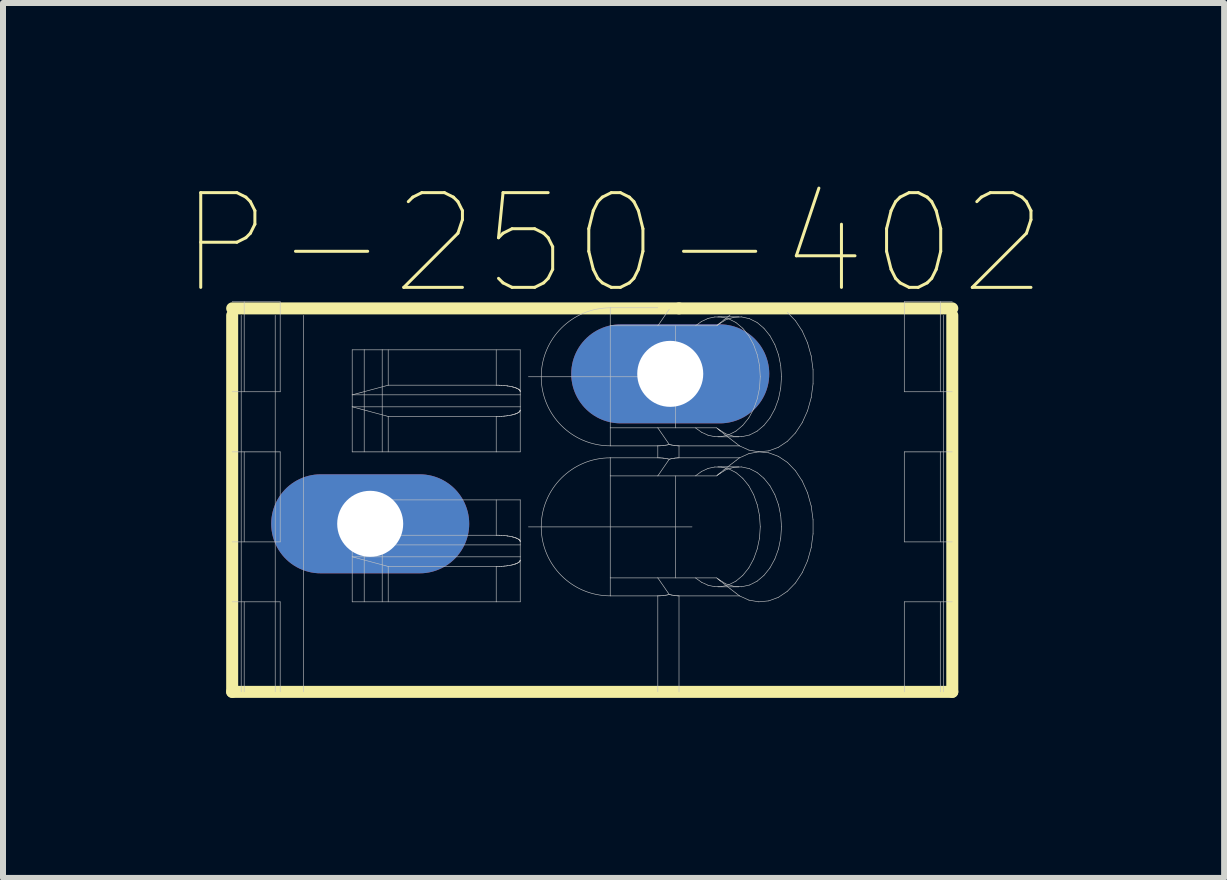
<source format=kicad_pcb>
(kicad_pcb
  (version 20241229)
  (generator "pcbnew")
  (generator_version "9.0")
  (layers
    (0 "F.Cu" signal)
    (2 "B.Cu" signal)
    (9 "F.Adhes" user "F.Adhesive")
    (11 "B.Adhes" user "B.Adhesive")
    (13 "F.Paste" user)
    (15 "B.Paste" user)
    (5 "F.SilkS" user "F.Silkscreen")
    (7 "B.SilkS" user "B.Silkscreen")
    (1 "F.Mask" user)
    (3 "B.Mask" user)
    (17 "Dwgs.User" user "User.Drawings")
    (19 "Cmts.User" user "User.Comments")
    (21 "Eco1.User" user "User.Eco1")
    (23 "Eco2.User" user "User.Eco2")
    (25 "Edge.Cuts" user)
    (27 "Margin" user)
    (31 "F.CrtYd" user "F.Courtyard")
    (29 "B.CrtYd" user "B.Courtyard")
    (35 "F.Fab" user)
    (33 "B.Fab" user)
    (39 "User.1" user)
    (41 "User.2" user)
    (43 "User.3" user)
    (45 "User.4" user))
  (footprint "P-250-402"
    (layer "F.Cu")
    (at 6.819 2.205)
    (property "Reference" "P-250-402" (at 0.356 -1.194 0) (layer "F.SilkS") (effects (font (size 1.579 1.579) (thickness 0.05))))
    (attr through_hole)
    (fp_line (start -6 0) (end -6 6.274) (stroke (width 0.2) (type solid)) (layer "F.SilkS"))
    (fp_line (start -6 6.274) (end 6 6.274) (stroke (width 0.2) (type solid)) (layer "F.SilkS"))
    (fp_line (start 1.446 -0.116) (end -6 -0.116) (stroke (width 0.2) (type solid)) (layer "F.SilkS"))
    (fp_line (start 6 -0.116) (end 1.446 -0.116) (stroke (width 0.2) (type solid)) (layer "F.SilkS"))
    (fp_line (start 6 0) (end 6 6.274) (stroke (width 0.2) (type solid)) (layer "F.SilkS"))
    (fp_line (start -6 1.274) (end -5.2 1.274) (stroke (width 0.01) (type solid)) (layer "Dwgs.User"))
    (fp_line (start -6 3.775) (end -5.2 3.775) (stroke (width 0.01) (type solid)) (layer "Dwgs.User"))
    (fp_line (start -5.85 0) (end -5.85 6.274) (stroke (width 0.01) (type solid)) (layer "Dwgs.User"))
    (fp_line (start -5.8 -0.226) (end -5.8 1.274) (stroke (width 0.01) (type solid)) (layer "Dwgs.User"))
    (fp_line (start -5.8 2.275) (end -5.8 3.775) (stroke (width 0.01) (type solid)) (layer "Dwgs.User"))
    (fp_line (start -5.8 4.774) (end -5.8 6.274) (stroke (width 0.01) (type solid)) (layer "Dwgs.User"))
    (fp_line (start -5.283 0) (end -5.283 6.274) (stroke (width 0.01) (type solid)) (layer "Dwgs.User"))
    (fp_line (start -5.2 -0.226) (end -6 -0.226) (stroke (width 0.01) (type solid)) (layer "Dwgs.User"))
    (fp_line (start -5.2 -0.226) (end -5.2 1.274) (stroke (width 0.01) (type solid)) (layer "Dwgs.User"))
    (fp_line (start -5.2 2.275) (end -6 2.275) (stroke (width 0.01) (type solid)) (layer "Dwgs.User"))
    (fp_line (start -5.2 2.275) (end -5.2 3.775) (stroke (width 0.01) (type solid)) (layer "Dwgs.User"))
    (fp_line (start -5.2 4.774) (end -6 4.774) (stroke (width 0.01) (type solid)) (layer "Dwgs.User"))
    (fp_line (start -5.2 4.774) (end -5.2 6.274) (stroke (width 0.01) (type solid)) (layer "Dwgs.User"))
    (fp_line (start -4.813 0) (end -4.813 6.274) (stroke (width 0.01) (type solid)) (layer "Dwgs.User"))
    (fp_line (start -4 1.325) (end -4 0.575) (stroke (width 0.01) (type solid)) (layer "Dwgs.User"))
    (fp_line (start -4 1.325) (end -3.4 1.164) (stroke (width 0.01) (type solid)) (layer "Dwgs.User"))
    (fp_line (start -4 1.524) (end -4 1.325) (stroke (width 0.01) (type solid)) (layer "Dwgs.User"))
    (fp_line (start -4 2.275) (end -4 1.524) (stroke (width 0.01) (type solid)) (layer "Dwgs.User"))
    (fp_line (start -4 3.825) (end -4 3.075) (stroke (width 0.01) (type solid)) (layer "Dwgs.User"))
    (fp_line (start -4 3.825) (end -3.4 3.664) (stroke (width 0.01) (type solid)) (layer "Dwgs.User"))
    (fp_line (start -4 4.024) (end -4 3.825) (stroke (width 0.01) (type solid)) (layer "Dwgs.User"))
    (fp_line (start -4 4.774) (end -4 4.024) (stroke (width 0.01) (type solid)) (layer "Dwgs.User"))
    (fp_line (start -3.9 3.099) (end -3.9 3.849) (stroke (width 0.01) (type solid)) (layer "Dwgs.User"))
    (fp_line (start -3.8 0.575) (end -4 0.575) (stroke (width 0.01) (type solid)) (layer "Dwgs.User"))
    (fp_line (start -3.8 2.275) (end -3.8 0.575) (stroke (width 0.01) (type solid)) (layer "Dwgs.User"))
    (fp_line (start -3.8 3.075) (end -4 3.075) (stroke (width 0.01) (type solid)) (layer "Dwgs.User"))
    (fp_line (start -3.8 4.774) (end -3.8 3.075) (stroke (width 0.01) (type solid)) (layer "Dwgs.User"))
    (fp_line (start -3.5 0.575) (end -3.8 0.575) (stroke (width 0.01) (type solid)) (layer "Dwgs.User"))
    (fp_line (start -3.5 2.275) (end -3.5 0.575) (stroke (width 0.01) (type solid)) (layer "Dwgs.User"))
    (fp_line (start -3.5 3.075) (end -3.8 3.075) (stroke (width 0.01) (type solid)) (layer "Dwgs.User"))
    (fp_line (start -3.5 3.099) (end -3.9 3.099) (stroke (width 0.01) (type solid)) (layer "Dwgs.User"))
    (fp_line (start -3.5 3.849) (end -3.9 3.849) (stroke (width 0.01) (type solid)) (layer "Dwgs.User"))
    (fp_line (start -3.5 4.774) (end -3.5 3.075) (stroke (width 0.01) (type solid)) (layer "Dwgs.User"))
    (fp_line (start -3.4 1.164) (end -3.4 0.575) (stroke (width 0.01) (type solid)) (layer "Dwgs.User"))
    (fp_line (start -3.4 1.164) (end -1.6 1.164) (stroke (width 0.01) (type solid)) (layer "Dwgs.User"))
    (fp_line (start -3.4 1.685) (end -4 1.524) (stroke (width 0.01) (type solid)) (layer "Dwgs.User"))
    (fp_line (start -3.4 2.275) (end -3.4 1.685) (stroke (width 0.01) (type solid)) (layer "Dwgs.User"))
    (fp_line (start -3.4 3.664) (end -3.4 3.075) (stroke (width 0.01) (type solid)) (layer "Dwgs.User"))
    (fp_line (start -3.4 3.664) (end -1.6 3.664) (stroke (width 0.01) (type solid)) (layer "Dwgs.User"))
    (fp_line (start -3.4 4.185) (end -4 4.024) (stroke (width 0.01) (type solid)) (layer "Dwgs.User"))
    (fp_line (start -3.4 4.774) (end -3.4 4.185) (stroke (width 0.01) (type solid)) (layer "Dwgs.User"))
    (fp_line (start -1.6 1.164) (end -1.6 0.575) (stroke (width 0.01) (type solid)) (layer "Dwgs.User"))
    (fp_line (start -1.6 1.685) (end -3.4 1.685) (stroke (width 0.01) (type solid)) (layer "Dwgs.User"))
    (fp_line (start -1.6 1.685) (end -1.597 1.685) (stroke (width 0.01) (type solid)) (layer "Dwgs.User"))
    (fp_line (start -1.6 2.275) (end -4 2.275) (stroke (width 0.01) (type solid)) (layer "Dwgs.User"))
    (fp_line (start -1.6 2.275) (end -1.6 1.685) (stroke (width 0.01) (type solid)) (layer "Dwgs.User"))
    (fp_line (start -1.6 3.664) (end -1.6 3.075) (stroke (width 0.01) (type solid)) (layer "Dwgs.User"))
    (fp_line (start -1.6 4.185) (end -3.4 4.185) (stroke (width 0.01) (type solid)) (layer "Dwgs.User"))
    (fp_line (start -1.6 4.185) (end -1.597 4.185) (stroke (width 0.01) (type solid)) (layer "Dwgs.User"))
    (fp_line (start -1.6 4.774) (end -4 4.774) (stroke (width 0.01) (type solid)) (layer "Dwgs.User"))
    (fp_line (start -1.6 4.774) (end -1.6 4.185) (stroke (width 0.01) (type solid)) (layer "Dwgs.User"))
    (fp_line (start -1.597 1.164) (end -1.6 1.164) (stroke (width 0.01) (type solid)) (layer "Dwgs.User"))
    (fp_line (start -1.597 1.685) (end -1.591 1.685) (stroke (width 0.01) (type solid)) (layer "Dwgs.User"))
    (fp_line (start -1.597 3.664) (end -1.6 3.664) (stroke (width 0.01) (type solid)) (layer "Dwgs.User"))
    (fp_line (start -1.597 4.185) (end -1.591 4.185) (stroke (width 0.01) (type solid)) (layer "Dwgs.User"))
    (fp_line (start -1.591 1.164) (end -1.597 1.164) (stroke (width 0.01) (type solid)) (layer "Dwgs.User"))
    (fp_line (start -1.591 1.685) (end -1.583 1.685) (stroke (width 0.01) (type solid)) (layer "Dwgs.User"))
    (fp_line (start -1.591 3.664) (end -1.597 3.664) (stroke (width 0.01) (type solid)) (layer "Dwgs.User"))
    (fp_line (start -1.591 4.185) (end -1.583 4.185) (stroke (width 0.01) (type solid)) (layer "Dwgs.User"))
    (fp_line (start -1.583 1.164) (end -1.591 1.164) (stroke (width 0.01) (type solid)) (layer "Dwgs.User"))
    (fp_line (start -1.583 1.685) (end -1.58 1.685) (stroke (width 0.01) (type solid)) (layer "Dwgs.User"))
    (fp_line (start -1.583 3.664) (end -1.591 3.664) (stroke (width 0.01) (type solid)) (layer "Dwgs.User"))
    (fp_line (start -1.583 4.185) (end -1.58 4.185) (stroke (width 0.01) (type solid)) (layer "Dwgs.User"))
    (fp_line (start -1.58 1.164) (end -1.583 1.164) (stroke (width 0.01) (type solid)) (layer "Dwgs.User"))
    (fp_line (start -1.58 1.685) (end -1.562 1.685) (stroke (width 0.01) (type solid)) (layer "Dwgs.User"))
    (fp_line (start -1.58 3.664) (end -1.583 3.664) (stroke (width 0.01) (type solid)) (layer "Dwgs.User"))
    (fp_line (start -1.58 4.185) (end -1.562 4.185) (stroke (width 0.01) (type solid)) (layer "Dwgs.User"))
    (fp_line (start -1.562 1.164) (end -1.58 1.164) (stroke (width 0.01) (type solid)) (layer "Dwgs.User"))
    (fp_line (start -1.562 1.685) (end -1.556 1.685) (stroke (width 0.01) (type solid)) (layer "Dwgs.User"))
    (fp_line (start -1.562 3.664) (end -1.58 3.664) (stroke (width 0.01) (type solid)) (layer "Dwgs.User"))
    (fp_line (start -1.562 4.185) (end -1.556 4.185) (stroke (width 0.01) (type solid)) (layer "Dwgs.User"))
    (fp_line (start -1.556 1.164) (end -1.562 1.164) (stroke (width 0.01) (type solid)) (layer "Dwgs.User"))
    (fp_line (start -1.556 1.685) (end -1.551 1.685) (stroke (width 0.01) (type solid)) (layer "Dwgs.User"))
    (fp_line (start -1.556 3.664) (end -1.562 3.664) (stroke (width 0.01) (type solid)) (layer "Dwgs.User"))
    (fp_line (start -1.556 4.185) (end -1.551 4.184) (stroke (width 0.01) (type solid)) (layer "Dwgs.User"))
    (fp_line (start -1.551 1.165) (end -1.556 1.164) (stroke (width 0.01) (type solid)) (layer "Dwgs.User"))
    (fp_line (start -1.551 1.685) (end -1.548 1.684) (stroke (width 0.01) (type solid)) (layer "Dwgs.User"))
    (fp_line (start -1.551 3.664) (end -1.556 3.664) (stroke (width 0.01) (type solid)) (layer "Dwgs.User"))
    (fp_line (start -1.551 4.184) (end -1.548 4.184) (stroke (width 0.01) (type solid)) (layer "Dwgs.User"))
    (fp_line (start -1.548 1.165) (end -1.551 1.165) (stroke (width 0.01) (type solid)) (layer "Dwgs.User"))
    (fp_line (start -1.548 1.684) (end -1.545 1.684) (stroke (width 0.01) (type solid)) (layer "Dwgs.User"))
    (fp_line (start -1.548 3.665) (end -1.551 3.664) (stroke (width 0.01) (type solid)) (layer "Dwgs.User"))
    (fp_line (start -1.548 4.184) (end -1.545 4.184) (stroke (width 0.01) (type solid)) (layer "Dwgs.User"))
    (fp_line (start -1.545 1.165) (end -1.548 1.165) (stroke (width 0.01) (type solid)) (layer "Dwgs.User"))
    (fp_line (start -1.545 1.684) (end -1.539 1.684) (stroke (width 0.01) (type solid)) (layer "Dwgs.User"))
    (fp_line (start -1.545 3.665) (end -1.548 3.665) (stroke (width 0.01) (type solid)) (layer "Dwgs.User"))
    (fp_line (start -1.545 4.184) (end -1.539 4.184) (stroke (width 0.01) (type solid)) (layer "Dwgs.User"))
    (fp_line (start -1.539 1.165) (end -1.545 1.165) (stroke (width 0.01) (type solid)) (layer "Dwgs.User"))
    (fp_line (start -1.539 1.684) (end -1.533 1.684) (stroke (width 0.01) (type solid)) (layer "Dwgs.User"))
    (fp_line (start -1.539 3.665) (end -1.545 3.665) (stroke (width 0.01) (type solid)) (layer "Dwgs.User"))
    (fp_line (start -1.539 4.184) (end -1.533 4.184) (stroke (width 0.01) (type solid)) (layer "Dwgs.User"))
    (fp_line (start -1.533 1.165) (end -1.539 1.165) (stroke (width 0.01) (type solid)) (layer "Dwgs.User"))
    (fp_line (start -1.533 1.684) (end -1.516 1.683) (stroke (width 0.01) (type solid)) (layer "Dwgs.User"))
    (fp_line (start -1.533 3.665) (end -1.539 3.665) (stroke (width 0.01) (type solid)) (layer "Dwgs.User"))
    (fp_line (start -1.533 4.184) (end -1.516 4.183) (stroke (width 0.01) (type solid)) (layer "Dwgs.User"))
    (fp_line (start -1.516 1.166) (end -1.533 1.165) (stroke (width 0.01) (type solid)) (layer "Dwgs.User"))
    (fp_line (start -1.516 1.683) (end -1.513 1.683) (stroke (width 0.01) (type solid)) (layer "Dwgs.User"))
    (fp_line (start -1.516 3.666) (end -1.533 3.665) (stroke (width 0.01) (type solid)) (layer "Dwgs.User"))
    (fp_line (start -1.516 4.183) (end -1.513 4.183) (stroke (width 0.01) (type solid)) (layer "Dwgs.User"))
    (fp_line (start -1.513 1.166) (end -1.516 1.166) (stroke (width 0.01) (type solid)) (layer "Dwgs.User"))
    (fp_line (start -1.513 1.683) (end -1.511 1.683) (stroke (width 0.01) (type solid)) (layer "Dwgs.User"))
    (fp_line (start -1.513 3.666) (end -1.516 3.666) (stroke (width 0.01) (type solid)) (layer "Dwgs.User"))
    (fp_line (start -1.513 4.183) (end -1.511 4.183) (stroke (width 0.01) (type solid)) (layer "Dwgs.User"))
    (fp_line (start -1.511 1.166) (end -1.513 1.166) (stroke (width 0.01) (type solid)) (layer "Dwgs.User"))
    (fp_line (start -1.511 1.683) (end -1.505 1.682) (stroke (width 0.01) (type solid)) (layer "Dwgs.User"))
    (fp_line (start -1.511 3.666) (end -1.513 3.666) (stroke (width 0.01) (type solid)) (layer "Dwgs.User"))
    (fp_line (start -1.511 4.183) (end -1.505 4.182) (stroke (width 0.01) (type solid)) (layer "Dwgs.User"))
    (fp_line (start -1.505 1.167) (end -1.511 1.166) (stroke (width 0.01) (type solid)) (layer "Dwgs.User"))
    (fp_line (start -1.505 1.682) (end -1.488 1.681) (stroke (width 0.01) (type solid)) (layer "Dwgs.User"))
    (fp_line (start -1.505 3.667) (end -1.511 3.666) (stroke (width 0.01) (type solid)) (layer "Dwgs.User"))
    (fp_line (start -1.505 4.182) (end -1.488 4.181) (stroke (width 0.01) (type solid)) (layer "Dwgs.User"))
    (fp_line (start -1.488 1.168) (end -1.505 1.167) (stroke (width 0.01) (type solid)) (layer "Dwgs.User"))
    (fp_line (start -1.488 1.681) (end -1.482 1.681) (stroke (width 0.01) (type solid)) (layer "Dwgs.User"))
    (fp_line (start -1.488 3.668) (end -1.505 3.667) (stroke (width 0.01) (type solid)) (layer "Dwgs.User"))
    (fp_line (start -1.488 4.181) (end -1.482 4.181) (stroke (width 0.01) (type solid)) (layer "Dwgs.User"))
    (fp_line (start -1.482 1.169) (end -1.488 1.168) (stroke (width 0.01) (type solid)) (layer "Dwgs.User"))
    (fp_line (start -1.482 1.681) (end -1.477 1.68) (stroke (width 0.01) (type solid)) (layer "Dwgs.User"))
    (fp_line (start -1.482 3.668) (end -1.488 3.668) (stroke (width 0.01) (type solid)) (layer "Dwgs.User"))
    (fp_line (start -1.482 4.181) (end -1.477 4.18) (stroke (width 0.01) (type solid)) (layer "Dwgs.User"))
    (fp_line (start -1.477 1.169) (end -1.482 1.169) (stroke (width 0.01) (type solid)) (layer "Dwgs.User"))
    (fp_line (start -1.477 1.68) (end -1.466 1.679) (stroke (width 0.01) (type solid)) (layer "Dwgs.User"))
    (fp_line (start -1.477 3.669) (end -1.482 3.668) (stroke (width 0.01) (type solid)) (layer "Dwgs.User"))
    (fp_line (start -1.477 4.18) (end -1.466 4.179) (stroke (width 0.01) (type solid)) (layer "Dwgs.User"))
    (fp_line (start -1.466 1.17) (end -1.477 1.169) (stroke (width 0.01) (type solid)) (layer "Dwgs.User"))
    (fp_line (start -1.466 1.679) (end -1.46 1.679) (stroke (width 0.01) (type solid)) (layer "Dwgs.User"))
    (fp_line (start -1.466 3.67) (end -1.477 3.669) (stroke (width 0.01) (type solid)) (layer "Dwgs.User"))
    (fp_line (start -1.466 4.179) (end -1.46 4.178) (stroke (width 0.01) (type solid)) (layer "Dwgs.User"))
    (fp_line (start -1.46 1.171) (end -1.466 1.17) (stroke (width 0.01) (type solid)) (layer "Dwgs.User"))
    (fp_line (start -1.46 1.679) (end -1.455 1.678) (stroke (width 0.01) (type solid)) (layer "Dwgs.User"))
    (fp_line (start -1.46 3.671) (end -1.466 3.67) (stroke (width 0.01) (type solid)) (layer "Dwgs.User"))
    (fp_line (start -1.46 4.178) (end -1.455 4.178) (stroke (width 0.01) (type solid)) (layer "Dwgs.User"))
    (fp_line (start -1.455 1.171) (end -1.46 1.171) (stroke (width 0.01) (type solid)) (layer "Dwgs.User"))
    (fp_line (start -1.455 1.678) (end -1.444 1.677) (stroke (width 0.01) (type solid)) (layer "Dwgs.User"))
    (fp_line (start -1.455 3.671) (end -1.46 3.671) (stroke (width 0.01) (type solid)) (layer "Dwgs.User"))
    (fp_line (start -1.455 4.178) (end -1.444 4.177) (stroke (width 0.01) (type solid)) (layer "Dwgs.User"))
    (fp_line (start -1.444 1.172) (end -1.455 1.171) (stroke (width 0.01) (type solid)) (layer "Dwgs.User"))
    (fp_line (start -1.444 1.677) (end -1.434 1.676) (stroke (width 0.01) (type solid)) (layer "Dwgs.User"))
    (fp_line (start -1.444 3.672) (end -1.455 3.671) (stroke (width 0.01) (type solid)) (layer "Dwgs.User"))
    (fp_line (start -1.444 4.177) (end -1.434 4.176) (stroke (width 0.01) (type solid)) (layer "Dwgs.User"))
    (fp_line (start -1.434 1.173) (end -1.444 1.172) (stroke (width 0.01) (type solid)) (layer "Dwgs.User"))
    (fp_line (start -1.434 1.676) (end -1.428 1.675) (stroke (width 0.01) (type solid)) (layer "Dwgs.User"))
    (fp_line (start -1.434 3.673) (end -1.444 3.672) (stroke (width 0.01) (type solid)) (layer "Dwgs.User"))
    (fp_line (start -1.434 4.176) (end -1.428 4.175) (stroke (width 0.01) (type solid)) (layer "Dwgs.User"))
    (fp_line (start -1.428 1.174) (end -1.434 1.173) (stroke (width 0.01) (type solid)) (layer "Dwgs.User"))
    (fp_line (start -1.428 1.675) (end -1.418 1.673) (stroke (width 0.01) (type solid)) (layer "Dwgs.User"))
    (fp_line (start -1.428 3.674) (end -1.434 3.673) (stroke (width 0.01) (type solid)) (layer "Dwgs.User"))
    (fp_line (start -1.428 4.175) (end -1.418 4.173) (stroke (width 0.01) (type solid)) (layer "Dwgs.User"))
    (fp_line (start -1.418 1.175) (end -1.428 1.174) (stroke (width 0.01) (type solid)) (layer "Dwgs.User"))
    (fp_line (start -1.418 1.673) (end -1.415 1.673) (stroke (width 0.01) (type solid)) (layer "Dwgs.User"))
    (fp_line (start -1.418 3.675) (end -1.428 3.674) (stroke (width 0.01) (type solid)) (layer "Dwgs.User"))
    (fp_line (start -1.418 4.173) (end -1.415 4.173) (stroke (width 0.01) (type solid)) (layer "Dwgs.User"))
    (fp_line (start -1.415 1.176) (end -1.418 1.175) (stroke (width 0.01) (type solid)) (layer "Dwgs.User"))
    (fp_line (start -1.415 1.673) (end -1.413 1.673) (stroke (width 0.01) (type solid)) (layer "Dwgs.User"))
    (fp_line (start -1.415 3.676) (end -1.418 3.675) (stroke (width 0.01) (type solid)) (layer "Dwgs.User"))
    (fp_line (start -1.415 4.173) (end -1.413 4.173) (stroke (width 0.01) (type solid)) (layer "Dwgs.User"))
    (fp_line (start -1.413 1.176) (end -1.415 1.176) (stroke (width 0.01) (type solid)) (layer "Dwgs.User"))
    (fp_line (start -1.413 1.673) (end -1.408 1.672) (stroke (width 0.01) (type solid)) (layer "Dwgs.User"))
    (fp_line (start -1.413 3.676) (end -1.415 3.676) (stroke (width 0.01) (type solid)) (layer "Dwgs.User"))
    (fp_line (start -1.413 4.173) (end -1.408 4.172) (stroke (width 0.01) (type solid)) (layer "Dwgs.User"))
    (fp_line (start -1.408 1.177) (end -1.413 1.176) (stroke (width 0.01) (type solid)) (layer "Dwgs.User"))
    (fp_line (start -1.408 1.672) (end -1.403 1.671) (stroke (width 0.01) (type solid)) (layer "Dwgs.User"))
    (fp_line (start -1.408 3.677) (end -1.413 3.676) (stroke (width 0.01) (type solid)) (layer "Dwgs.User"))
    (fp_line (start -1.408 4.172) (end -1.403 4.171) (stroke (width 0.01) (type solid)) (layer "Dwgs.User"))
    (fp_line (start -1.403 1.178) (end -1.408 1.177) (stroke (width 0.01) (type solid)) (layer "Dwgs.User"))
    (fp_line (start -1.403 1.671) (end -1.387 1.669) (stroke (width 0.01) (type solid)) (layer "Dwgs.User"))
    (fp_line (start -1.403 3.678) (end -1.408 3.677) (stroke (width 0.01) (type solid)) (layer "Dwgs.User"))
    (fp_line (start -1.403 4.171) (end -1.387 4.169) (stroke (width 0.01) (type solid)) (layer "Dwgs.User"))
    (fp_line (start -1.387 1.18) (end -1.403 1.178) (stroke (width 0.01) (type solid)) (layer "Dwgs.User"))
    (fp_line (start -1.387 1.669) (end -1.385 1.669) (stroke (width 0.01) (type solid)) (layer "Dwgs.User"))
    (fp_line (start -1.387 3.68) (end -1.403 3.678) (stroke (width 0.01) (type solid)) (layer "Dwgs.User"))
    (fp_line (start -1.387 4.169) (end -1.385 4.168) (stroke (width 0.01) (type solid)) (layer "Dwgs.User"))
    (fp_line (start -1.385 1.181) (end -1.387 1.18) (stroke (width 0.01) (type solid)) (layer "Dwgs.User"))
    (fp_line (start -1.385 1.669) (end -1.383 1.668) (stroke (width 0.01) (type solid)) (layer "Dwgs.User"))
    (fp_line (start -1.385 3.68) (end -1.387 3.68) (stroke (width 0.01) (type solid)) (layer "Dwgs.User"))
    (fp_line (start -1.385 4.168) (end -1.383 4.168) (stroke (width 0.01) (type solid)) (layer "Dwgs.User"))
    (fp_line (start -1.383 1.181) (end -1.385 1.181) (stroke (width 0.01) (type solid)) (layer "Dwgs.User"))
    (fp_line (start -1.383 1.668) (end -1.368 1.665) (stroke (width 0.01) (type solid)) (layer "Dwgs.User"))
    (fp_line (start -1.383 3.681) (end -1.385 3.68) (stroke (width 0.01) (type solid)) (layer "Dwgs.User"))
    (fp_line (start -1.383 4.168) (end -1.368 4.165) (stroke (width 0.01) (type solid)) (layer "Dwgs.User"))
    (fp_line (start -1.368 1.184) (end -1.383 1.181) (stroke (width 0.01) (type solid)) (layer "Dwgs.User"))
    (fp_line (start -1.368 1.665) (end -1.359 1.664) (stroke (width 0.01) (type solid)) (layer "Dwgs.User"))
    (fp_line (start -1.368 3.684) (end -1.383 3.681) (stroke (width 0.01) (type solid)) (layer "Dwgs.User"))
    (fp_line (start -1.368 4.165) (end -1.359 4.164) (stroke (width 0.01) (type solid)) (layer "Dwgs.User"))
    (fp_line (start -1.359 1.185) (end -1.368 1.184) (stroke (width 0.01) (type solid)) (layer "Dwgs.User"))
    (fp_line (start -1.359 1.664) (end -1.354 1.663) (stroke (width 0.01) (type solid)) (layer "Dwgs.User"))
    (fp_line (start -1.359 3.685) (end -1.368 3.684) (stroke (width 0.01) (type solid)) (layer "Dwgs.User"))
    (fp_line (start -1.359 4.164) (end -1.354 4.163) (stroke (width 0.01) (type solid)) (layer "Dwgs.User"))
    (fp_line (start -1.354 1.186) (end -1.359 1.185) (stroke (width 0.01) (type solid)) (layer "Dwgs.User"))
    (fp_line (start -1.354 1.663) (end -1.35 1.662) (stroke (width 0.01) (type solid)) (layer "Dwgs.User"))
    (fp_line (start -1.354 3.686) (end -1.359 3.685) (stroke (width 0.01) (type solid)) (layer "Dwgs.User"))
    (fp_line (start -1.354 4.163) (end -1.35 4.162) (stroke (width 0.01) (type solid)) (layer "Dwgs.User"))
    (fp_line (start -1.35 1.187) (end -1.354 1.186) (stroke (width 0.01) (type solid)) (layer "Dwgs.User"))
    (fp_line (start -1.35 1.662) (end -1.345 1.661) (stroke (width 0.01) (type solid)) (layer "Dwgs.User"))
    (fp_line (start -1.35 3.687) (end -1.354 3.686) (stroke (width 0.01) (type solid)) (layer "Dwgs.User"))
    (fp_line (start -1.35 4.162) (end -1.345 4.161) (stroke (width 0.01) (type solid)) (layer "Dwgs.User"))
    (fp_line (start -1.345 1.188) (end -1.35 1.187) (stroke (width 0.01) (type solid)) (layer "Dwgs.User"))
    (fp_line (start -1.345 1.661) (end -1.336 1.659) (stroke (width 0.01) (type solid)) (layer "Dwgs.User"))
    (fp_line (start -1.345 3.688) (end -1.35 3.687) (stroke (width 0.01) (type solid)) (layer "Dwgs.User"))
    (fp_line (start -1.345 4.161) (end -1.336 4.159) (stroke (width 0.01) (type solid)) (layer "Dwgs.User"))
    (fp_line (start -1.336 1.19) (end -1.345 1.188) (stroke (width 0.01) (type solid)) (layer "Dwgs.User"))
    (fp_line (start -1.336 1.659) (end -1.332 1.658) (stroke (width 0.01) (type solid)) (layer "Dwgs.User"))
    (fp_line (start -1.336 3.69) (end -1.345 3.688) (stroke (width 0.01) (type solid)) (layer "Dwgs.User"))
    (fp_line (start -1.336 4.159) (end -1.332 4.158) (stroke (width 0.01) (type solid)) (layer "Dwgs.User"))
    (fp_line (start -1.332 1.191) (end -1.336 1.19) (stroke (width 0.01) (type solid)) (layer "Dwgs.User"))
    (fp_line (start -1.332 1.658) (end -1.33 1.657) (stroke (width 0.01) (type solid)) (layer "Dwgs.User"))
    (fp_line (start -1.332 3.691) (end -1.336 3.69) (stroke (width 0.01) (type solid)) (layer "Dwgs.User"))
    (fp_line (start -1.332 4.158) (end -1.33 4.157) (stroke (width 0.01) (type solid)) (layer "Dwgs.User"))
    (fp_line (start -1.33 1.192) (end -1.332 1.191) (stroke (width 0.01) (type solid)) (layer "Dwgs.User"))
    (fp_line (start -1.33 1.657) (end -1.328 1.657) (stroke (width 0.01) (type solid)) (layer "Dwgs.User"))
    (fp_line (start -1.33 3.692) (end -1.332 3.691) (stroke (width 0.01) (type solid)) (layer "Dwgs.User"))
    (fp_line (start -1.33 4.157) (end -1.328 4.157) (stroke (width 0.01) (type solid)) (layer "Dwgs.User"))
    (fp_line (start -1.328 1.192) (end -1.33 1.192) (stroke (width 0.01) (type solid)) (layer "Dwgs.User"))
    (fp_line (start -1.328 1.657) (end -1.319 1.654) (stroke (width 0.01) (type solid)) (layer "Dwgs.User"))
    (fp_line (start -1.328 3.692) (end -1.33 3.692) (stroke (width 0.01) (type solid)) (layer "Dwgs.User"))
    (fp_line (start -1.328 4.157) (end -1.319 4.154) (stroke (width 0.01) (type solid)) (layer "Dwgs.User"))
    (fp_line (start -1.319 1.195) (end -1.328 1.192) (stroke (width 0.01) (type solid)) (layer "Dwgs.User"))
    (fp_line (start -1.319 1.654) (end -1.317 1.654) (stroke (width 0.01) (type solid)) (layer "Dwgs.User"))
    (fp_line (start -1.319 3.695) (end -1.328 3.692) (stroke (width 0.01) (type solid)) (layer "Dwgs.User"))
    (fp_line (start -1.319 4.154) (end -1.317 4.154) (stroke (width 0.01) (type solid)) (layer "Dwgs.User"))
    (fp_line (start -1.317 1.195) (end -1.319 1.195) (stroke (width 0.01) (type solid)) (layer "Dwgs.User"))
    (fp_line (start -1.317 1.654) (end -1.315 1.653) (stroke (width 0.01) (type solid)) (layer "Dwgs.User"))
    (fp_line (start -1.317 3.695) (end -1.319 3.695) (stroke (width 0.01) (type solid)) (layer "Dwgs.User"))
    (fp_line (start -1.317 4.154) (end -1.315 4.153) (stroke (width 0.01) (type solid)) (layer "Dwgs.User"))
    (fp_line (start -1.315 1.196) (end -1.317 1.195) (stroke (width 0.01) (type solid)) (layer "Dwgs.User"))
    (fp_line (start -1.315 1.653) (end -1.307 1.651) (stroke (width 0.01) (type solid)) (layer "Dwgs.User"))
    (fp_line (start -1.315 3.696) (end -1.317 3.695) (stroke (width 0.01) (type solid)) (layer "Dwgs.User"))
    (fp_line (start -1.315 4.153) (end -1.307 4.151) (stroke (width 0.01) (type solid)) (layer "Dwgs.User"))
    (fp_line (start -1.307 1.198) (end -1.315 1.196) (stroke (width 0.01) (type solid)) (layer "Dwgs.User"))
    (fp_line (start -1.307 1.651) (end -1.303 1.65) (stroke (width 0.01) (type solid)) (layer "Dwgs.User"))
    (fp_line (start -1.307 3.698) (end -1.315 3.696) (stroke (width 0.01) (type solid)) (layer "Dwgs.User"))
    (fp_line (start -1.307 4.151) (end -1.303 4.15) (stroke (width 0.01) (type solid)) (layer "Dwgs.User"))
    (fp_line (start -1.303 1.199) (end -1.307 1.198) (stroke (width 0.01) (type solid)) (layer "Dwgs.User"))
    (fp_line (start -1.303 1.65) (end -1.299 1.649) (stroke (width 0.01) (type solid)) (layer "Dwgs.User"))
    (fp_line (start -1.303 3.699) (end -1.307 3.698) (stroke (width 0.01) (type solid)) (layer "Dwgs.User"))
    (fp_line (start -1.303 4.15) (end -1.299 4.149) (stroke (width 0.01) (type solid)) (layer "Dwgs.User"))
    (fp_line (start -1.299 1.2) (end -1.303 1.199) (stroke (width 0.01) (type solid)) (layer "Dwgs.User"))
    (fp_line (start -1.299 1.649) (end -1.292 1.646) (stroke (width 0.01) (type solid)) (layer "Dwgs.User"))
    (fp_line (start -1.299 3.7) (end -1.303 3.699) (stroke (width 0.01) (type solid)) (layer "Dwgs.User"))
    (fp_line (start -1.299 4.149) (end -1.292 4.146) (stroke (width 0.01) (type solid)) (layer "Dwgs.User"))
    (fp_line (start -1.292 1.203) (end -1.299 1.2) (stroke (width 0.01) (type solid)) (layer "Dwgs.User"))
    (fp_line (start -1.292 1.646) (end -1.288 1.645) (stroke (width 0.01) (type solid)) (layer "Dwgs.User"))
    (fp_line (start -1.292 3.703) (end -1.299 3.7) (stroke (width 0.01) (type solid)) (layer "Dwgs.User"))
    (fp_line (start -1.292 4.146) (end -1.288 4.145) (stroke (width 0.01) (type solid)) (layer "Dwgs.User"))
    (fp_line (start -1.288 1.204) (end -1.292 1.203) (stroke (width 0.01) (type solid)) (layer "Dwgs.User"))
    (fp_line (start -1.288 1.645) (end -1.284 1.644) (stroke (width 0.01) (type solid)) (layer "Dwgs.User"))
    (fp_line (start -1.288 3.704) (end -1.292 3.703) (stroke (width 0.01) (type solid)) (layer "Dwgs.User"))
    (fp_line (start -1.288 4.145) (end -1.284 4.144) (stroke (width 0.01) (type solid)) (layer "Dwgs.User"))
    (fp_line (start -1.284 1.205) (end -1.288 1.204) (stroke (width 0.01) (type solid)) (layer "Dwgs.User"))
    (fp_line (start -1.284 1.644) (end -1.283 1.643) (stroke (width 0.01) (type solid)) (layer "Dwgs.User"))
    (fp_line (start -1.284 3.705) (end -1.288 3.704) (stroke (width 0.01) (type solid)) (layer "Dwgs.User"))
    (fp_line (start -1.284 4.144) (end -1.283 4.143) (stroke (width 0.01) (type solid)) (layer "Dwgs.User"))
    (fp_line (start -1.283 1.206) (end -1.284 1.205) (stroke (width 0.01) (type solid)) (layer "Dwgs.User"))
    (fp_line (start -1.283 1.643) (end -1.281 1.643) (stroke (width 0.01) (type solid)) (layer "Dwgs.User"))
    (fp_line (start -1.283 3.706) (end -1.284 3.705) (stroke (width 0.01) (type solid)) (layer "Dwgs.User"))
    (fp_line (start -1.283 4.143) (end -1.281 4.143) (stroke (width 0.01) (type solid)) (layer "Dwgs.User"))
    (fp_line (start -1.281 1.206) (end -1.283 1.206) (stroke (width 0.01) (type solid)) (layer "Dwgs.User"))
    (fp_line (start -1.281 1.643) (end -1.277 1.641) (stroke (width 0.01) (type solid)) (layer "Dwgs.User"))
    (fp_line (start -1.281 3.706) (end -1.283 3.706) (stroke (width 0.01) (type solid)) (layer "Dwgs.User"))
    (fp_line (start -1.281 4.143) (end -1.277 4.141) (stroke (width 0.01) (type solid)) (layer "Dwgs.User"))
    (fp_line (start -1.277 1.208) (end -1.281 1.206) (stroke (width 0.01) (type solid)) (layer "Dwgs.User"))
    (fp_line (start -1.277 1.641) (end -1.274 1.64) (stroke (width 0.01) (type solid)) (layer "Dwgs.User"))
    (fp_line (start -1.277 3.708) (end -1.281 3.706) (stroke (width 0.01) (type solid)) (layer "Dwgs.User"))
    (fp_line (start -1.277 4.141) (end -1.274 4.14) (stroke (width 0.01) (type solid)) (layer "Dwgs.User"))
    (fp_line (start -1.274 1.209) (end -1.277 1.208) (stroke (width 0.01) (type solid)) (layer "Dwgs.User"))
    (fp_line (start -1.274 1.64) (end -1.267 1.638) (stroke (width 0.01) (type solid)) (layer "Dwgs.User"))
    (fp_line (start -1.274 3.709) (end -1.277 3.708) (stroke (width 0.01) (type solid)) (layer "Dwgs.User"))
    (fp_line (start -1.274 4.14) (end -1.267 4.138) (stroke (width 0.01) (type solid)) (layer "Dwgs.User"))
    (fp_line (start -1.267 1.211) (end -1.274 1.209) (stroke (width 0.01) (type solid)) (layer "Dwgs.User"))
    (fp_line (start -1.267 1.638) (end -1.264 1.636) (stroke (width 0.01) (type solid)) (layer "Dwgs.User"))
    (fp_line (start -1.267 3.711) (end -1.274 3.709) (stroke (width 0.01) (type solid)) (layer "Dwgs.User"))
    (fp_line (start -1.267 4.138) (end -1.264 4.136) (stroke (width 0.01) (type solid)) (layer "Dwgs.User"))
    (fp_line (start -1.264 1.213) (end -1.267 1.211) (stroke (width 0.01) (type solid)) (layer "Dwgs.User"))
    (fp_line (start -1.264 1.636) (end -1.263 1.636) (stroke (width 0.01) (type solid)) (layer "Dwgs.User"))
    (fp_line (start -1.264 3.713) (end -1.267 3.711) (stroke (width 0.01) (type solid)) (layer "Dwgs.User"))
    (fp_line (start -1.264 4.136) (end -1.263 4.136) (stroke (width 0.01) (type solid)) (layer "Dwgs.User"))
    (fp_line (start -1.263 1.213) (end -1.264 1.213) (stroke (width 0.01) (type solid)) (layer "Dwgs.User"))
    (fp_line (start -1.263 1.636) (end -1.261 1.635) (stroke (width 0.01) (type solid)) (layer "Dwgs.User"))
    (fp_line (start -1.263 3.713) (end -1.264 3.713) (stroke (width 0.01) (type solid)) (layer "Dwgs.User"))
    (fp_line (start -1.263 4.136) (end -1.261 4.135) (stroke (width 0.01) (type solid)) (layer "Dwgs.User"))
    (fp_line (start -1.261 1.214) (end -1.263 1.213) (stroke (width 0.01) (type solid)) (layer "Dwgs.User"))
    (fp_line (start -1.261 1.635) (end -1.258 1.634) (stroke (width 0.01) (type solid)) (layer "Dwgs.User"))
    (fp_line (start -1.261 3.714) (end -1.263 3.713) (stroke (width 0.01) (type solid)) (layer "Dwgs.User"))
    (fp_line (start -1.261 4.135) (end -1.258 4.134) (stroke (width 0.01) (type solid)) (layer "Dwgs.User"))
    (fp_line (start -1.258 1.215) (end -1.261 1.214) (stroke (width 0.01) (type solid)) (layer "Dwgs.User"))
    (fp_line (start -1.258 1.634) (end -1.255 1.632) (stroke (width 0.01) (type solid)) (layer "Dwgs.User"))
    (fp_line (start -1.258 3.715) (end -1.261 3.714) (stroke (width 0.01) (type solid)) (layer "Dwgs.User"))
    (fp_line (start -1.258 4.134) (end -1.255 4.132) (stroke (width 0.01) (type solid)) (layer "Dwgs.User"))
    (fp_line (start -1.255 1.217) (end -1.258 1.215) (stroke (width 0.01) (type solid)) (layer "Dwgs.User"))
    (fp_line (start -1.255 1.632) (end -1.252 1.631) (stroke (width 0.01) (type solid)) (layer "Dwgs.User"))
    (fp_line (start -1.255 3.717) (end -1.258 3.715) (stroke (width 0.01) (type solid)) (layer "Dwgs.User"))
    (fp_line (start -1.255 4.132) (end -1.252 4.131) (stroke (width 0.01) (type solid)) (layer "Dwgs.User"))
    (fp_line (start -1.252 1.218) (end -1.255 1.217) (stroke (width 0.01) (type solid)) (layer "Dwgs.User"))
    (fp_line (start -1.252 1.631) (end -1.249 1.63) (stroke (width 0.01) (type solid)) (layer "Dwgs.User"))
    (fp_line (start -1.252 3.718) (end -1.255 3.717) (stroke (width 0.01) (type solid)) (layer "Dwgs.User"))
    (fp_line (start -1.252 4.131) (end -1.249 4.13) (stroke (width 0.01) (type solid)) (layer "Dwgs.User"))
    (fp_line (start -1.249 1.219) (end -1.252 1.218) (stroke (width 0.01) (type solid)) (layer "Dwgs.User"))
    (fp_line (start -1.249 1.63) (end -1.246 1.628) (stroke (width 0.01) (type solid)) (layer "Dwgs.User"))
    (fp_line (start -1.249 3.719) (end -1.252 3.718) (stroke (width 0.01) (type solid)) (layer "Dwgs.User"))
    (fp_line (start -1.249 4.13) (end -1.246 4.128) (stroke (width 0.01) (type solid)) (layer "Dwgs.User"))
    (fp_line (start -1.246 1.221) (end -1.249 1.219) (stroke (width 0.01) (type solid)) (layer "Dwgs.User"))
    (fp_line (start -1.246 1.628) (end -1.239 1.624) (stroke (width 0.01) (type solid)) (layer "Dwgs.User"))
    (fp_line (start -1.246 3.721) (end -1.249 3.719) (stroke (width 0.01) (type solid)) (layer "Dwgs.User"))
    (fp_line (start -1.246 4.128) (end -1.239 4.124) (stroke (width 0.01) (type solid)) (layer "Dwgs.User"))
    (fp_line (start -1.239 1.225) (end -1.246 1.221) (stroke (width 0.01) (type solid)) (layer "Dwgs.User"))
    (fp_line (start -1.239 1.624) (end -1.234 1.621) (stroke (width 0.01) (type solid)) (layer "Dwgs.User"))
    (fp_line (start -1.239 3.725) (end -1.246 3.721) (stroke (width 0.01) (type solid)) (layer "Dwgs.User"))
    (fp_line (start -1.239 4.124) (end -1.234 4.121) (stroke (width 0.01) (type solid)) (layer "Dwgs.User"))
    (fp_line (start -1.234 1.228) (end -1.239 1.225) (stroke (width 0.01) (type solid)) (layer "Dwgs.User"))
    (fp_line (start -1.234 1.621) (end -1.232 1.62) (stroke (width 0.01) (type solid)) (layer "Dwgs.User"))
    (fp_line (start -1.234 3.728) (end -1.239 3.725) (stroke (width 0.01) (type solid)) (layer "Dwgs.User"))
    (fp_line (start -1.234 4.121) (end -1.232 4.12) (stroke (width 0.01) (type solid)) (layer "Dwgs.User"))
    (fp_line (start -1.232 1.229) (end -1.234 1.228) (stroke (width 0.01) (type solid)) (layer "Dwgs.User"))
    (fp_line (start -1.232 1.62) (end -1.23 1.619) (stroke (width 0.01) (type solid)) (layer "Dwgs.User"))
    (fp_line (start -1.232 3.729) (end -1.234 3.728) (stroke (width 0.01) (type solid)) (layer "Dwgs.User"))
    (fp_line (start -1.232 4.12) (end -1.23 4.119) (stroke (width 0.01) (type solid)) (layer "Dwgs.User"))
    (fp_line (start -1.23 1.23) (end -1.232 1.229) (stroke (width 0.01) (type solid)) (layer "Dwgs.User"))
    (fp_line (start -1.23 1.619) (end -1.229 1.618) (stroke (width 0.01) (type solid)) (layer "Dwgs.User"))
    (fp_line (start -1.23 3.73) (end -1.232 3.729) (stroke (width 0.01) (type solid)) (layer "Dwgs.User"))
    (fp_line (start -1.23 4.119) (end -1.229 4.118) (stroke (width 0.01) (type solid)) (layer "Dwgs.User"))
    (fp_line (start -1.229 1.231) (end -1.23 1.23) (stroke (width 0.01) (type solid)) (layer "Dwgs.User"))
    (fp_line (start -1.229 1.618) (end -1.227 1.617) (stroke (width 0.01) (type solid)) (layer "Dwgs.User"))
    (fp_line (start -1.229 3.731) (end -1.23 3.73) (stroke (width 0.01) (type solid)) (layer "Dwgs.User"))
    (fp_line (start -1.229 4.118) (end -1.227 4.117) (stroke (width 0.01) (type solid)) (layer "Dwgs.User"))
    (fp_line (start -1.227 1.232) (end -1.229 1.231) (stroke (width 0.01) (type solid)) (layer "Dwgs.User"))
    (fp_line (start -1.227 1.617) (end -1.225 1.615) (stroke (width 0.01) (type solid)) (layer "Dwgs.User"))
    (fp_line (start -1.227 3.732) (end -1.229 3.731) (stroke (width 0.01) (type solid)) (layer "Dwgs.User"))
    (fp_line (start -1.227 4.117) (end -1.225 4.115) (stroke (width 0.01) (type solid)) (layer "Dwgs.User"))
    (fp_line (start -1.225 1.234) (end -1.227 1.232) (stroke (width 0.01) (type solid)) (layer "Dwgs.User"))
    (fp_line (start -1.225 1.615) (end -1.223 1.614) (stroke (width 0.01) (type solid)) (layer "Dwgs.User"))
    (fp_line (start -1.225 3.733) (end -1.227 3.732) (stroke (width 0.01) (type solid)) (layer "Dwgs.User"))
    (fp_line (start -1.225 4.115) (end -1.223 4.114) (stroke (width 0.01) (type solid)) (layer "Dwgs.User"))
    (fp_line (start -1.223 1.235) (end -1.225 1.234) (stroke (width 0.01) (type solid)) (layer "Dwgs.User"))
    (fp_line (start -1.223 1.614) (end -1.221 1.613) (stroke (width 0.01) (type solid)) (layer "Dwgs.User"))
    (fp_line (start -1.223 3.735) (end -1.225 3.733) (stroke (width 0.01) (type solid)) (layer "Dwgs.User"))
    (fp_line (start -1.223 4.114) (end -1.221 4.112) (stroke (width 0.01) (type solid)) (layer "Dwgs.User"))
    (fp_line (start -1.221 1.236) (end -1.223 1.235) (stroke (width 0.01) (type solid)) (layer "Dwgs.User"))
    (fp_line (start -1.221 1.613) (end -1.219 1.611) (stroke (width 0.01) (type solid)) (layer "Dwgs.User"))
    (fp_line (start -1.221 3.736) (end -1.223 3.735) (stroke (width 0.01) (type solid)) (layer "Dwgs.User"))
    (fp_line (start -1.221 4.112) (end -1.219 4.111) (stroke (width 0.01) (type solid)) (layer "Dwgs.User"))
    (fp_line (start -1.219 1.238) (end -1.221 1.236) (stroke (width 0.01) (type solid)) (layer "Dwgs.User"))
    (fp_line (start -1.219 1.611) (end -1.218 1.61) (stroke (width 0.01) (type solid)) (layer "Dwgs.User"))
    (fp_line (start -1.219 3.738) (end -1.221 3.736) (stroke (width 0.01) (type solid)) (layer "Dwgs.User"))
    (fp_line (start -1.219 4.111) (end -1.218 4.11) (stroke (width 0.01) (type solid)) (layer "Dwgs.User"))
    (fp_line (start -1.218 1.239) (end -1.219 1.238) (stroke (width 0.01) (type solid)) (layer "Dwgs.User"))
    (fp_line (start -1.218 1.61) (end -1.218 1.61) (stroke (width 0.01) (type solid)) (layer "Dwgs.User"))
    (fp_line (start -1.218 3.739) (end -1.219 3.738) (stroke (width 0.01) (type solid)) (layer "Dwgs.User"))
    (fp_line (start -1.218 4.11) (end -1.218 4.11) (stroke (width 0.01) (type solid)) (layer "Dwgs.User"))
    (fp_line (start -1.218 1.239) (end -1.218 1.239) (stroke (width 0.01) (type solid)) (layer "Dwgs.User"))
    (fp_line (start -1.218 1.61) (end -1.214 1.607) (stroke (width 0.01) (type solid)) (layer "Dwgs.User"))
    (fp_line (start -1.218 3.739) (end -1.218 3.739) (stroke (width 0.01) (type solid)) (layer "Dwgs.User"))
    (fp_line (start -1.218 4.11) (end -1.214 4.107) (stroke (width 0.01) (type solid)) (layer "Dwgs.User"))
    (fp_line (start -1.214 1.242) (end -1.218 1.239) (stroke (width 0.01) (type solid)) (layer "Dwgs.User"))
    (fp_line (start -1.214 1.607) (end -1.213 1.605) (stroke (width 0.01) (type solid)) (layer "Dwgs.User"))
    (fp_line (start -1.214 3.742) (end -1.218 3.739) (stroke (width 0.01) (type solid)) (layer "Dwgs.User"))
    (fp_line (start -1.214 4.107) (end -1.213 4.105) (stroke (width 0.01) (type solid)) (layer "Dwgs.User"))
    (fp_line (start -1.213 1.244) (end -1.214 1.242) (stroke (width 0.01) (type solid)) (layer "Dwgs.User"))
    (fp_line (start -1.213 1.605) (end -1.212 1.604) (stroke (width 0.01) (type solid)) (layer "Dwgs.User"))
    (fp_line (start -1.213 3.744) (end -1.214 3.742) (stroke (width 0.01) (type solid)) (layer "Dwgs.User"))
    (fp_line (start -1.213 4.105) (end -1.212 4.104) (stroke (width 0.01) (type solid)) (layer "Dwgs.User"))
    (fp_line (start -1.212 1.245) (end -1.213 1.244) (stroke (width 0.01) (type solid)) (layer "Dwgs.User"))
    (fp_line (start -1.212 1.604) (end -1.21 1.602) (stroke (width 0.01) (type solid)) (layer "Dwgs.User"))
    (fp_line (start -1.212 3.745) (end -1.213 3.744) (stroke (width 0.01) (type solid)) (layer "Dwgs.User"))
    (fp_line (start -1.212 4.104) (end -1.21 4.102) (stroke (width 0.01) (type solid)) (layer "Dwgs.User"))
    (fp_line (start -1.21 1.247) (end -1.212 1.245) (stroke (width 0.01) (type solid)) (layer "Dwgs.User"))
    (fp_line (start -1.21 1.602) (end -1.21 1.601) (stroke (width 0.01) (type solid)) (layer "Dwgs.User"))
    (fp_line (start -1.21 3.747) (end -1.212 3.745) (stroke (width 0.01) (type solid)) (layer "Dwgs.User"))
    (fp_line (start -1.21 4.102) (end -1.21 4.101) (stroke (width 0.01) (type solid)) (layer "Dwgs.User"))
    (fp_line (start -1.21 1.248) (end -1.21 1.247) (stroke (width 0.01) (type solid)) (layer "Dwgs.User"))
    (fp_line (start -1.21 1.601) (end -1.209 1.601) (stroke (width 0.01) (type solid)) (layer "Dwgs.User"))
    (fp_line (start -1.21 3.748) (end -1.21 3.747) (stroke (width 0.01) (type solid)) (layer "Dwgs.User"))
    (fp_line (start -1.21 4.101) (end -1.209 4.101) (stroke (width 0.01) (type solid)) (layer "Dwgs.User"))
    (fp_line (start -1.209 1.248) (end -1.21 1.248) (stroke (width 0.01) (type solid)) (layer "Dwgs.User"))
    (fp_line (start -1.209 1.601) (end -1.208 1.599) (stroke (width 0.01) (type solid)) (layer "Dwgs.User"))
    (fp_line (start -1.209 3.748) (end -1.21 3.748) (stroke (width 0.01) (type solid)) (layer "Dwgs.User"))
    (fp_line (start -1.209 4.101) (end -1.208 4.099) (stroke (width 0.01) (type solid)) (layer "Dwgs.User"))
    (fp_line (start -1.208 1.25) (end -1.209 1.248) (stroke (width 0.01) (type solid)) (layer "Dwgs.User"))
    (fp_line (start -1.208 1.599) (end -1.207 1.597) (stroke (width 0.01) (type solid)) (layer "Dwgs.User"))
    (fp_line (start -1.208 3.75) (end -1.209 3.748) (stroke (width 0.01) (type solid)) (layer "Dwgs.User"))
    (fp_line (start -1.208 4.099) (end -1.207 4.098) (stroke (width 0.01) (type solid)) (layer "Dwgs.User"))
    (fp_line (start -1.207 1.252) (end -1.208 1.25) (stroke (width 0.01) (type solid)) (layer "Dwgs.User"))
    (fp_line (start -1.207 1.597) (end -1.206 1.596) (stroke (width 0.01) (type solid)) (layer "Dwgs.User"))
    (fp_line (start -1.207 3.752) (end -1.208 3.75) (stroke (width 0.01) (type solid)) (layer "Dwgs.User"))
    (fp_line (start -1.207 4.098) (end -1.206 4.096) (stroke (width 0.01) (type solid)) (layer "Dwgs.User"))
    (fp_line (start -1.206 1.253) (end -1.207 1.252) (stroke (width 0.01) (type solid)) (layer "Dwgs.User"))
    (fp_line (start -1.206 1.596) (end -1.204 1.593) (stroke (width 0.01) (type solid)) (layer "Dwgs.User"))
    (fp_line (start -1.206 3.753) (end -1.207 3.752) (stroke (width 0.01) (type solid)) (layer "Dwgs.User"))
    (fp_line (start -1.206 4.096) (end -1.204 4.093) (stroke (width 0.01) (type solid)) (layer "Dwgs.User"))
    (fp_line (start -1.204 1.256) (end -1.206 1.253) (stroke (width 0.01) (type solid)) (layer "Dwgs.User"))
    (fp_line (start -1.204 1.593) (end -1.203 1.592) (stroke (width 0.01) (type solid)) (layer "Dwgs.User"))
    (fp_line (start -1.204 3.756) (end -1.206 3.753) (stroke (width 0.01) (type solid)) (layer "Dwgs.User"))
    (fp_line (start -1.204 4.093) (end -1.203 4.092) (stroke (width 0.01) (type solid)) (layer "Dwgs.User"))
    (fp_line (start -1.203 1.257) (end -1.204 1.256) (stroke (width 0.01) (type solid)) (layer "Dwgs.User"))
    (fp_line (start -1.203 1.592) (end -1.203 1.591) (stroke (width 0.01) (type solid)) (layer "Dwgs.User"))
    (fp_line (start -1.203 3.757) (end -1.204 3.756) (stroke (width 0.01) (type solid)) (layer "Dwgs.User"))
    (fp_line (start -1.203 4.092) (end -1.203 4.091) (stroke (width 0.01) (type solid)) (layer "Dwgs.User"))
    (fp_line (start -1.203 1.258) (end -1.203 1.257) (stroke (width 0.01) (type solid)) (layer "Dwgs.User"))
    (fp_line (start -1.203 1.591) (end -1.202 1.59) (stroke (width 0.01) (type solid)) (layer "Dwgs.User"))
    (fp_line (start -1.203 3.758) (end -1.203 3.757) (stroke (width 0.01) (type solid)) (layer "Dwgs.User"))
    (fp_line (start -1.203 4.091) (end -1.202 4.09) (stroke (width 0.01) (type solid)) (layer "Dwgs.User"))
    (fp_line (start -1.202 1.259) (end -1.203 1.258) (stroke (width 0.01) (type solid)) (layer "Dwgs.User"))
    (fp_line (start -1.202 1.59) (end -1.202 1.588) (stroke (width 0.01) (type solid)) (layer "Dwgs.User"))
    (fp_line (start -1.202 3.759) (end -1.203 3.758) (stroke (width 0.01) (type solid)) (layer "Dwgs.User"))
    (fp_line (start -1.202 4.09) (end -1.202 4.088) (stroke (width 0.01) (type solid)) (layer "Dwgs.User"))
    (fp_line (start -1.202 1.261) (end -1.202 1.259) (stroke (width 0.01) (type solid)) (layer "Dwgs.User"))
    (fp_line (start -1.202 1.588) (end -1.201 1.587) (stroke (width 0.01) (type solid)) (layer "Dwgs.User"))
    (fp_line (start -1.202 3.761) (end -1.202 3.759) (stroke (width 0.01) (type solid)) (layer "Dwgs.User"))
    (fp_line (start -1.202 4.088) (end -1.201 4.087) (stroke (width 0.01) (type solid)) (layer "Dwgs.User"))
    (fp_line (start -1.201 1.262) (end -1.202 1.261) (stroke (width 0.01) (type solid)) (layer "Dwgs.User"))
    (fp_line (start -1.201 1.587) (end -1.2 1.583) (stroke (width 0.01) (type solid)) (layer "Dwgs.User"))
    (fp_line (start -1.201 3.762) (end -1.202 3.761) (stroke (width 0.01) (type solid)) (layer "Dwgs.User"))
    (fp_line (start -1.201 4.087) (end -1.2 4.083) (stroke (width 0.01) (type solid)) (layer "Dwgs.User"))
    (fp_line (start -1.2 1.266) (end -1.201 1.262) (stroke (width 0.01) (type solid)) (layer "Dwgs.User"))
    (fp_line (start -1.2 1.583) (end -1.2 1.583) (stroke (width 0.01) (type solid)) (layer "Dwgs.User"))
    (fp_line (start -1.2 3.765) (end -1.201 3.762) (stroke (width 0.01) (type solid)) (layer "Dwgs.User"))
    (fp_line (start -1.2 4.083) (end -1.2 4.083) (stroke (width 0.01) (type solid)) (layer "Dwgs.User"))
    (fp_line (start -1.2 1.266) (end -1.2 1.266) (stroke (width 0.01) (type solid)) (layer "Dwgs.User"))
    (fp_line (start -1.2 1.583) (end -1.2 1.58) (stroke (width 0.01) (type solid)) (layer "Dwgs.User"))
    (fp_line (start -1.2 3.766) (end -1.2 3.765) (stroke (width 0.01) (type solid)) (layer "Dwgs.User"))
    (fp_line (start -1.2 4.083) (end -1.2 4.08) (stroke (width 0.01) (type solid)) (layer "Dwgs.User"))
    (fp_line (start -1.2 1.269) (end -1.2 1.266) (stroke (width 0.01) (type solid)) (layer "Dwgs.User"))
    (fp_line (start -1.2 1.58) (end -1.2 1.579) (stroke (width 0.01) (type solid)) (layer "Dwgs.User"))
    (fp_line (start -1.2 3.769) (end -1.2 3.766) (stroke (width 0.01) (type solid)) (layer "Dwgs.User"))
    (fp_line (start -1.2 4.08) (end -1.2 4.079) (stroke (width 0.01) (type solid)) (layer "Dwgs.User"))
    (fp_line (start -1.2 0.575) (end -3.5 0.575) (stroke (width 0.01) (type solid)) (layer "Dwgs.User"))
    (fp_line (start -1.2 1.27) (end -1.2 1.269) (stroke (width 0.01) (type solid)) (layer "Dwgs.User"))
    (fp_line (start -1.2 1.27) (end -1.2 0.575) (stroke (width 0.01) (type solid)) (layer "Dwgs.User"))
    (fp_line (start -1.2 1.325) (end -4 1.325) (stroke (width 0.01) (type solid)) (layer "Dwgs.User"))
    (fp_line (start -1.2 1.325) (end -1.2 1.27) (stroke (width 0.01) (type solid)) (layer "Dwgs.User"))
    (fp_line (start -1.2 1.524) (end -4 1.524) (stroke (width 0.01) (type solid)) (layer "Dwgs.User"))
    (fp_line (start -1.2 1.524) (end -1.2 1.325) (stroke (width 0.01) (type solid)) (layer "Dwgs.User"))
    (fp_line (start -1.2 1.579) (end -1.2 1.524) (stroke (width 0.01) (type solid)) (layer "Dwgs.User"))
    (fp_line (start -1.2 2.275) (end -1.6 2.275) (stroke (width 0.01) (type solid)) (layer "Dwgs.User"))
    (fp_line (start -1.2 2.275) (end -1.2 1.579) (stroke (width 0.01) (type solid)) (layer "Dwgs.User"))
    (fp_line (start -1.2 3.075) (end -3.5 3.075) (stroke (width 0.01) (type solid)) (layer "Dwgs.User"))
    (fp_line (start -1.2 3.77) (end -1.2 3.769) (stroke (width 0.01) (type solid)) (layer "Dwgs.User"))
    (fp_line (start -1.2 3.77) (end -1.2 3.075) (stroke (width 0.01) (type solid)) (layer "Dwgs.User"))
    (fp_line (start -1.2 3.825) (end -4 3.825) (stroke (width 0.01) (type solid)) (layer "Dwgs.User"))
    (fp_line (start -1.2 3.825) (end -1.2 3.77) (stroke (width 0.01) (type solid)) (layer "Dwgs.User"))
    (fp_line (start -1.2 4.024) (end -4 4.024) (stroke (width 0.01) (type solid)) (layer "Dwgs.User"))
    (fp_line (start -1.2 4.024) (end -1.2 3.825) (stroke (width 0.01) (type solid)) (layer "Dwgs.User"))
    (fp_line (start -1.2 4.079) (end -1.2 4.024) (stroke (width 0.01) (type solid)) (layer "Dwgs.User"))
    (fp_line (start -1.2 4.774) (end -1.6 4.774) (stroke (width 0.01) (type solid)) (layer "Dwgs.User"))
    (fp_line (start -1.2 4.774) (end -1.2 4.079) (stroke (width 0.01) (type solid)) (layer "Dwgs.User"))
    (fp_line (start -1.063 1.024) (end 1.663 1.024) (stroke (width 0.01) (type solid)) (layer "Dwgs.User"))
    (fp_line (start -1.063 3.525) (end 1.663 3.525) (stroke (width 0.01) (type solid)) (layer "Dwgs.User"))
    (fp_line (start 0.3 -0.126) (end 0.3 0.174) (stroke (width 0.01) (type solid)) (layer "Dwgs.User"))
    (fp_line (start 0.3 -0.126) (end 1.093 -0.126) (stroke (width 0.01) (type solid)) (layer "Dwgs.User"))
    (fp_line (start 0.3 0.174) (end 0.3 1.875) (stroke (width 0.01) (type solid)) (layer "Dwgs.User"))
    (fp_line (start 0.3 0.174) (end 1.093 0.174) (stroke (width 0.01) (type solid)) (layer "Dwgs.User"))
    (fp_line (start 0.3 1.875) (end 0.3 2.175) (stroke (width 0.01) (type solid)) (layer "Dwgs.User"))
    (fp_line (start 0.3 1.875) (end 1.093 1.875) (stroke (width 0.01) (type solid)) (layer "Dwgs.User"))
    (fp_line (start 0.3 2.374) (end 0.3 2.675) (stroke (width 0.01) (type solid)) (layer "Dwgs.User"))
    (fp_line (start 0.3 2.374) (end 1.093 2.374) (stroke (width 0.01) (type solid)) (layer "Dwgs.User"))
    (fp_line (start 0.3 2.675) (end 0.3 4.375) (stroke (width 0.01) (type solid)) (layer "Dwgs.User"))
    (fp_line (start 0.3 2.675) (end 1.093 2.675) (stroke (width 0.01) (type solid)) (layer "Dwgs.User"))
    (fp_line (start 0.3 4.375) (end 0.3 4.675) (stroke (width 0.01) (type solid)) (layer "Dwgs.User"))
    (fp_line (start 0.3 4.375) (end 1.093 4.375) (stroke (width 0.01) (type solid)) (layer "Dwgs.User"))
    (fp_line (start 1.093 0.174) (end 1.284 -0.103) (stroke (width 0.01) (type solid)) (layer "Dwgs.User"))
    (fp_line (start 1.093 0.174) (end 2.074 0.174) (stroke (width 0.01) (type solid)) (layer "Dwgs.User"))
    (fp_line (start 1.093 1.875) (end 2.074 1.875) (stroke (width 0.01) (type solid)) (layer "Dwgs.User"))
    (fp_line (start 1.093 2.175) (end 0.3 2.175) (stroke (width 0.01) (type solid)) (layer "Dwgs.User"))
    (fp_line (start 1.093 2.175) (end 1.093 2.374) (stroke (width 0.01) (type solid)) (layer "Dwgs.User"))
    (fp_line (start 1.093 2.175) (end 1.098 2.175) (stroke (width 0.01) (type solid)) (layer "Dwgs.User"))
    (fp_line (start 1.093 2.675) (end 1.284 2.397) (stroke (width 0.01) (type solid)) (layer "Dwgs.User"))
    (fp_line (start 1.093 2.675) (end 2.074 2.675) (stroke (width 0.01) (type solid)) (layer "Dwgs.User"))
    (fp_line (start 1.093 4.375) (end 2.074 4.375) (stroke (width 0.01) (type solid)) (layer "Dwgs.User"))
    (fp_line (start 1.093 4.675) (end 0.3 4.675) (stroke (width 0.01) (type solid)) (layer "Dwgs.User"))
    (fp_line (start 1.093 4.675) (end 1.093 6.274) (stroke (width 0.01) (type solid)) (layer "Dwgs.User"))
    (fp_line (start 1.093 4.675) (end 1.098 4.675) (stroke (width 0.01) (type solid)) (layer "Dwgs.User"))
    (fp_line (start 1.098 2.175) (end 1.109 2.174) (stroke (width 0.01) (type solid)) (layer "Dwgs.User"))
    (fp_line (start 1.098 2.374) (end 1.093 2.374) (stroke (width 0.01) (type solid)) (layer "Dwgs.User"))
    (fp_line (start 1.098 4.675) (end 1.109 4.674) (stroke (width 0.01) (type solid)) (layer "Dwgs.User"))
    (fp_line (start 1.1 0.6) (end 1.1 1.349) (stroke (width 0.01) (type solid)) (layer "Dwgs.User"))
    (fp_line (start 1.1 1.349) (end 1.5 1.349) (stroke (width 0.01) (type solid)) (layer "Dwgs.User"))
    (fp_line (start 1.109 2.174) (end 1.12 2.174) (stroke (width 0.01) (type solid)) (layer "Dwgs.User"))
    (fp_line (start 1.109 2.375) (end 1.098 2.374) (stroke (width 0.01) (type solid)) (layer "Dwgs.User"))
    (fp_line (start 1.109 4.674) (end 1.12 4.674) (stroke (width 0.01) (type solid)) (layer "Dwgs.User"))
    (fp_line (start 1.12 2.174) (end 1.126 2.174) (stroke (width 0.01) (type solid)) (layer "Dwgs.User"))
    (fp_line (start 1.12 2.375) (end 1.109 2.375) (stroke (width 0.01) (type solid)) (layer "Dwgs.User"))
    (fp_line (start 1.12 4.674) (end 1.126 4.674) (stroke (width 0.01) (type solid)) (layer "Dwgs.User"))
    (fp_line (start 1.126 2.174) (end 1.131 2.174) (stroke (width 0.01) (type solid)) (layer "Dwgs.User"))
    (fp_line (start 1.126 2.375) (end 1.12 2.375) (stroke (width 0.01) (type solid)) (layer "Dwgs.User"))
    (fp_line (start 1.126 4.674) (end 1.131 4.674) (stroke (width 0.01) (type solid)) (layer "Dwgs.User"))
    (fp_line (start 1.131 2.174) (end 1.142 2.173) (stroke (width 0.01) (type solid)) (layer "Dwgs.User"))
    (fp_line (start 1.131 2.375) (end 1.126 2.375) (stroke (width 0.01) (type solid)) (layer "Dwgs.User"))
    (fp_line (start 1.131 4.674) (end 1.142 4.673) (stroke (width 0.01) (type solid)) (layer "Dwgs.User"))
    (fp_line (start 1.142 2.173) (end 1.153 2.172) (stroke (width 0.01) (type solid)) (layer "Dwgs.User"))
    (fp_line (start 1.142 2.376) (end 1.131 2.375) (stroke (width 0.01) (type solid)) (layer "Dwgs.User"))
    (fp_line (start 1.142 4.673) (end 1.153 4.672) (stroke (width 0.01) (type solid)) (layer "Dwgs.User"))
    (fp_line (start 1.153 2.172) (end 1.164 2.171) (stroke (width 0.01) (type solid)) (layer "Dwgs.User"))
    (fp_line (start 1.153 2.377) (end 1.142 2.376) (stroke (width 0.01) (type solid)) (layer "Dwgs.User"))
    (fp_line (start 1.153 4.672) (end 1.164 4.671) (stroke (width 0.01) (type solid)) (layer "Dwgs.User"))
    (fp_line (start 1.164 2.171) (end 1.174 2.171) (stroke (width 0.01) (type solid)) (layer "Dwgs.User"))
    (fp_line (start 1.164 2.377) (end 1.153 2.377) (stroke (width 0.01) (type solid)) (layer "Dwgs.User"))
    (fp_line (start 1.164 4.671) (end 1.174 4.67) (stroke (width 0.01) (type solid)) (layer "Dwgs.User"))
    (fp_line (start 1.174 2.171) (end 1.185 2.169) (stroke (width 0.01) (type solid)) (layer "Dwgs.User"))
    (fp_line (start 1.174 2.378) (end 1.164 2.377) (stroke (width 0.01) (type solid)) (layer "Dwgs.User"))
    (fp_line (start 1.174 4.67) (end 1.185 4.669) (stroke (width 0.01) (type solid)) (layer "Dwgs.User"))
    (fp_line (start 1.185 2.169) (end 1.19 2.169) (stroke (width 0.01) (type solid)) (layer "Dwgs.User"))
    (fp_line (start 1.185 2.38) (end 1.174 2.378) (stroke (width 0.01) (type solid)) (layer "Dwgs.User"))
    (fp_line (start 1.185 4.669) (end 1.19 4.669) (stroke (width 0.01) (type solid)) (layer "Dwgs.User"))
    (fp_line (start 1.19 2.169) (end 1.196 2.168) (stroke (width 0.01) (type solid)) (layer "Dwgs.User"))
    (fp_line (start 1.19 2.38) (end 1.185 2.38) (stroke (width 0.01) (type solid)) (layer "Dwgs.User"))
    (fp_line (start 1.19 4.669) (end 1.196 4.668) (stroke (width 0.01) (type solid)) (layer "Dwgs.User"))
    (fp_line (start 1.196 2.168) (end 1.206 2.167) (stroke (width 0.01) (type solid)) (layer "Dwgs.User"))
    (fp_line (start 1.196 2.381) (end 1.19 2.38) (stroke (width 0.01) (type solid)) (layer "Dwgs.User"))
    (fp_line (start 1.196 4.668) (end 1.206 4.667) (stroke (width 0.01) (type solid)) (layer "Dwgs.User"))
    (fp_line (start 1.206 2.167) (end 1.217 2.165) (stroke (width 0.01) (type solid)) (layer "Dwgs.User"))
    (fp_line (start 1.206 2.382) (end 1.196 2.381) (stroke (width 0.01) (type solid)) (layer "Dwgs.User"))
    (fp_line (start 1.206 4.667) (end 1.217 4.665) (stroke (width 0.01) (type solid)) (layer "Dwgs.User"))
    (fp_line (start 1.217 2.165) (end 1.228 2.163) (stroke (width 0.01) (type solid)) (layer "Dwgs.User"))
    (fp_line (start 1.217 2.384) (end 1.206 2.382) (stroke (width 0.01) (type solid)) (layer "Dwgs.User"))
    (fp_line (start 1.217 4.665) (end 1.228 4.663) (stroke (width 0.01) (type solid)) (layer "Dwgs.User"))
    (fp_line (start 1.228 2.163) (end 1.238 2.162) (stroke (width 0.01) (type solid)) (layer "Dwgs.User"))
    (fp_line (start 1.228 2.386) (end 1.217 2.384) (stroke (width 0.01) (type solid)) (layer "Dwgs.User"))
    (fp_line (start 1.228 4.663) (end 1.238 4.662) (stroke (width 0.01) (type solid)) (layer "Dwgs.User"))
    (fp_line (start 1.238 2.162) (end 1.254 2.159) (stroke (width 0.01) (type solid)) (layer "Dwgs.User"))
    (fp_line (start 1.238 2.387) (end 1.228 2.386) (stroke (width 0.01) (type solid)) (layer "Dwgs.User"))
    (fp_line (start 1.238 4.662) (end 1.254 4.659) (stroke (width 0.01) (type solid)) (layer "Dwgs.User"))
    (fp_line (start 1.254 2.159) (end 1.259 2.158) (stroke (width 0.01) (type solid)) (layer "Dwgs.User"))
    (fp_line (start 1.254 2.39) (end 1.238 2.387) (stroke (width 0.01) (type solid)) (layer "Dwgs.User"))
    (fp_line (start 1.254 4.659) (end 1.259 4.657) (stroke (width 0.01) (type solid)) (layer "Dwgs.User"))
    (fp_line (start 1.259 2.158) (end 1.269 2.155) (stroke (width 0.01) (type solid)) (layer "Dwgs.User"))
    (fp_line (start 1.259 2.392) (end 1.254 2.39) (stroke (width 0.01) (type solid)) (layer "Dwgs.User"))
    (fp_line (start 1.259 4.657) (end 1.269 4.655) (stroke (width 0.01) (type solid)) (layer "Dwgs.User"))
    (fp_line (start 1.269 2.155) (end 1.279 2.153) (stroke (width 0.01) (type solid)) (layer "Dwgs.User"))
    (fp_line (start 1.269 2.394) (end 1.259 2.392) (stroke (width 0.01) (type solid)) (layer "Dwgs.User"))
    (fp_line (start 1.269 4.655) (end 1.279 4.653) (stroke (width 0.01) (type solid)) (layer "Dwgs.User"))
    (fp_line (start 1.279 2.153) (end 1.284 2.152) (stroke (width 0.01) (type solid)) (layer "Dwgs.User"))
    (fp_line (start 1.279 2.396) (end 1.269 2.394) (stroke (width 0.01) (type solid)) (layer "Dwgs.User"))
    (fp_line (start 1.279 4.653) (end 1.284 4.652) (stroke (width 0.01) (type solid)) (layer "Dwgs.User"))
    (fp_line (start 1.284 2.152) (end 1.093 1.875) (stroke (width 0.01) (type solid)) (layer "Dwgs.User"))
    (fp_line (start 1.284 2.152) (end 1.289 2.153) (stroke (width 0.01) (type solid)) (layer "Dwgs.User"))
    (fp_line (start 1.284 2.397) (end 1.279 2.396) (stroke (width 0.01) (type solid)) (layer "Dwgs.User"))
    (fp_line (start 1.284 4.652) (end 1.093 4.375) (stroke (width 0.01) (type solid)) (layer "Dwgs.User"))
    (fp_line (start 1.284 4.652) (end 1.289 4.653) (stroke (width 0.01) (type solid)) (layer "Dwgs.User"))
    (fp_line (start 1.289 2.153) (end 1.299 2.155) (stroke (width 0.01) (type solid)) (layer "Dwgs.User"))
    (fp_line (start 1.289 2.396) (end 1.284 2.397) (stroke (width 0.01) (type solid)) (layer "Dwgs.User"))
    (fp_line (start 1.289 4.653) (end 1.299 4.655) (stroke (width 0.01) (type solid)) (layer "Dwgs.User"))
    (fp_line (start 1.299 2.155) (end 1.309 2.158) (stroke (width 0.01) (type solid)) (layer "Dwgs.User"))
    (fp_line (start 1.299 2.394) (end 1.289 2.396) (stroke (width 0.01) (type solid)) (layer "Dwgs.User"))
    (fp_line (start 1.299 4.655) (end 1.309 4.657) (stroke (width 0.01) (type solid)) (layer "Dwgs.User"))
    (fp_line (start 1.309 2.158) (end 1.314 2.159) (stroke (width 0.01) (type solid)) (layer "Dwgs.User"))
    (fp_line (start 1.309 2.392) (end 1.299 2.394) (stroke (width 0.01) (type solid)) (layer "Dwgs.User"))
    (fp_line (start 1.309 4.657) (end 1.314 4.659) (stroke (width 0.01) (type solid)) (layer "Dwgs.User"))
    (fp_line (start 1.314 2.159) (end 1.319 2.16) (stroke (width 0.01) (type solid)) (layer "Dwgs.User"))
    (fp_line (start 1.314 2.39) (end 1.309 2.392) (stroke (width 0.01) (type solid)) (layer "Dwgs.User"))
    (fp_line (start 1.314 4.659) (end 1.319 4.66) (stroke (width 0.01) (type solid)) (layer "Dwgs.User"))
    (fp_line (start 1.319 2.16) (end 1.329 2.162) (stroke (width 0.01) (type solid)) (layer "Dwgs.User"))
    (fp_line (start 1.319 2.389) (end 1.314 2.39) (stroke (width 0.01) (type solid)) (layer "Dwgs.User"))
    (fp_line (start 1.319 4.66) (end 1.329 4.662) (stroke (width 0.01) (type solid)) (layer "Dwgs.User"))
    (fp_line (start 1.329 2.162) (end 1.338 2.163) (stroke (width 0.01) (type solid)) (layer "Dwgs.User"))
    (fp_line (start 1.329 2.387) (end 1.319 2.389) (stroke (width 0.01) (type solid)) (layer "Dwgs.User"))
    (fp_line (start 1.329 4.662) (end 1.338 4.663) (stroke (width 0.01) (type solid)) (layer "Dwgs.User"))
    (fp_line (start 1.338 2.163) (end 1.348 2.165) (stroke (width 0.01) (type solid)) (layer "Dwgs.User"))
    (fp_line (start 1.338 2.386) (end 1.329 2.387) (stroke (width 0.01) (type solid)) (layer "Dwgs.User"))
    (fp_line (start 1.338 4.663) (end 1.348 4.665) (stroke (width 0.01) (type solid)) (layer "Dwgs.User"))
    (fp_line (start 1.348 2.165) (end 1.357 2.167) (stroke (width 0.01) (type solid)) (layer "Dwgs.User"))
    (fp_line (start 1.348 2.384) (end 1.338 2.386) (stroke (width 0.01) (type solid)) (layer "Dwgs.User"))
    (fp_line (start 1.348 4.665) (end 1.357 4.667) (stroke (width 0.01) (type solid)) (layer "Dwgs.User"))
    (fp_line (start 1.357 2.167) (end 1.366 2.168) (stroke (width 0.01) (type solid)) (layer "Dwgs.User"))
    (fp_line (start 1.357 2.382) (end 1.348 2.384) (stroke (width 0.01) (type solid)) (layer "Dwgs.User"))
    (fp_line (start 1.357 4.667) (end 1.366 4.668) (stroke (width 0.01) (type solid)) (layer "Dwgs.User"))
    (fp_line (start 1.366 2.168) (end 1.371 2.169) (stroke (width 0.01) (type solid)) (layer "Dwgs.User"))
    (fp_line (start 1.366 2.381) (end 1.357 2.382) (stroke (width 0.01) (type solid)) (layer "Dwgs.User"))
    (fp_line (start 1.366 4.668) (end 1.371 4.669) (stroke (width 0.01) (type solid)) (layer "Dwgs.User"))
    (fp_line (start 1.371 2.169) (end 1.375 2.169) (stroke (width 0.01) (type solid)) (layer "Dwgs.User"))
    (fp_line (start 1.371 2.38) (end 1.366 2.381) (stroke (width 0.01) (type solid)) (layer "Dwgs.User"))
    (fp_line (start 1.371 4.669) (end 1.375 4.669) (stroke (width 0.01) (type solid)) (layer "Dwgs.User"))
    (fp_line (start 1.375 2.169) (end 1.384 2.171) (stroke (width 0.01) (type solid)) (layer "Dwgs.User"))
    (fp_line (start 1.375 2.38) (end 1.371 2.38) (stroke (width 0.01) (type solid)) (layer "Dwgs.User"))
    (fp_line (start 1.375 4.669) (end 1.384 4.67) (stroke (width 0.01) (type solid)) (layer "Dwgs.User"))
    (fp_line (start 1.384 2.171) (end 1.393 2.171) (stroke (width 0.01) (type solid)) (layer "Dwgs.User"))
    (fp_line (start 1.384 2.378) (end 1.375 2.38) (stroke (width 0.01) (type solid)) (layer "Dwgs.User"))
    (fp_line (start 1.384 4.67) (end 1.393 4.671) (stroke (width 0.01) (type solid)) (layer "Dwgs.User"))
    (fp_line (start 1.386 1.875) (end 1.386 0.174) (stroke (width 0.01) (type solid)) (layer "Dwgs.User"))
    (fp_line (start 1.386 4.375) (end 1.386 2.675) (stroke (width 0.01) (type solid)) (layer "Dwgs.User"))
    (fp_line (start 1.393 2.171) (end 1.402 2.172) (stroke (width 0.01) (type solid)) (layer "Dwgs.User"))
    (fp_line (start 1.393 2.377) (end 1.384 2.378) (stroke (width 0.01) (type solid)) (layer "Dwgs.User"))
    (fp_line (start 1.393 4.671) (end 1.402 4.672) (stroke (width 0.01) (type solid)) (layer "Dwgs.User"))
    (fp_line (start 1.402 2.172) (end 1.41 2.173) (stroke (width 0.01) (type solid)) (layer "Dwgs.User"))
    (fp_line (start 1.402 2.377) (end 1.393 2.377) (stroke (width 0.01) (type solid)) (layer "Dwgs.User"))
    (fp_line (start 1.402 4.672) (end 1.41 4.673) (stroke (width 0.01) (type solid)) (layer "Dwgs.User"))
    (fp_line (start 1.41 2.173) (end 1.418 2.174) (stroke (width 0.01) (type solid)) (layer "Dwgs.User"))
    (fp_line (start 1.41 2.376) (end 1.402 2.377) (stroke (width 0.01) (type solid)) (layer "Dwgs.User"))
    (fp_line (start 1.41 4.673) (end 1.418 4.674) (stroke (width 0.01) (type solid)) (layer "Dwgs.User"))
    (fp_line (start 1.418 2.174) (end 1.423 2.174) (stroke (width 0.01) (type solid)) (layer "Dwgs.User"))
    (fp_line (start 1.418 2.375) (end 1.41 2.376) (stroke (width 0.01) (type solid)) (layer "Dwgs.User"))
    (fp_line (start 1.418 4.674) (end 1.423 4.674) (stroke (width 0.01) (type solid)) (layer "Dwgs.User"))
    (fp_line (start 1.423 2.174) (end 1.427 2.174) (stroke (width 0.01) (type solid)) (layer "Dwgs.User"))
    (fp_line (start 1.423 2.375) (end 1.418 2.375) (stroke (width 0.01) (type solid)) (layer "Dwgs.User"))
    (fp_line (start 1.423 4.674) (end 1.427 4.674) (stroke (width 0.01) (type solid)) (layer "Dwgs.User"))
    (fp_line (start 1.427 2.174) (end 1.435 2.174) (stroke (width 0.01) (type solid)) (layer "Dwgs.User"))
    (fp_line (start 1.427 2.375) (end 1.423 2.375) (stroke (width 0.01) (type solid)) (layer "Dwgs.User"))
    (fp_line (start 1.427 4.674) (end 1.435 4.674) (stroke (width 0.01) (type solid)) (layer "Dwgs.User"))
    (fp_line (start 1.435 2.174) (end 1.443 2.175) (stroke (width 0.01) (type solid)) (layer "Dwgs.User"))
    (fp_line (start 1.435 2.375) (end 1.427 2.375) (stroke (width 0.01) (type solid)) (layer "Dwgs.User"))
    (fp_line (start 1.435 4.674) (end 1.443 4.675) (stroke (width 0.01) (type solid)) (layer "Dwgs.User"))
    (fp_line (start 1.443 2.175) (end 1.446 2.175) (stroke (width 0.01) (type solid)) (layer "Dwgs.User"))
    (fp_line (start 1.443 2.374) (end 1.435 2.375) (stroke (width 0.01) (type solid)) (layer "Dwgs.User"))
    (fp_line (start 1.443 4.675) (end 1.446 4.675) (stroke (width 0.01) (type solid)) (layer "Dwgs.User"))
    (fp_line (start 1.446 2.175) (end 1.446 2.374) (stroke (width 0.01) (type solid)) (layer "Dwgs.User"))
    (fp_line (start 1.446 2.374) (end 1.443 2.374) (stroke (width 0.01) (type solid)) (layer "Dwgs.User"))
    (fp_line (start 1.446 2.374) (end 2.454 2.374) (stroke (width 0.01) (type solid)) (layer "Dwgs.User"))
    (fp_line (start 1.446 4.675) (end 1.446 6.274) (stroke (width 0.01) (type solid)) (layer "Dwgs.User"))
    (fp_line (start 1.5 0.6) (end 1.1 0.6) (stroke (width 0.01) (type solid)) (layer "Dwgs.User"))
    (fp_line (start 1.5 1.349) (end 1.5 0.6) (stroke (width 0.01) (type solid)) (layer "Dwgs.User"))
    (fp_line (start 1.72 0.174) (end 1.822 0.101) (stroke (width 0.01) (type solid)) (layer "Dwgs.User"))
    (fp_line (start 1.72 2.675) (end 1.822 2.601) (stroke (width 0.01) (type solid)) (layer "Dwgs.User"))
    (fp_line (start 1.822 0.101) (end 1.93 0.051) (stroke (width 0.01) (type solid)) (layer "Dwgs.User"))
    (fp_line (start 1.822 1.948) (end 1.72 1.875) (stroke (width 0.01) (type solid)) (layer "Dwgs.User"))
    (fp_line (start 1.822 2.601) (end 1.93 2.551) (stroke (width 0.01) (type solid)) (layer "Dwgs.User"))
    (fp_line (start 1.822 4.448) (end 1.72 4.375) (stroke (width 0.01) (type solid)) (layer "Dwgs.User"))
    (fp_line (start 1.93 0.051) (end 2.043 0.027) (stroke (width 0.01) (type solid)) (layer "Dwgs.User"))
    (fp_line (start 1.93 1.998) (end 1.822 1.948) (stroke (width 0.01) (type solid)) (layer "Dwgs.User"))
    (fp_line (start 1.93 2.551) (end 2.043 2.527) (stroke (width 0.01) (type solid)) (layer "Dwgs.User"))
    (fp_line (start 1.93 4.498) (end 1.822 4.448) (stroke (width 0.01) (type solid)) (layer "Dwgs.User"))
    (fp_line (start 2.043 0.027) (end 2.157 0.029) (stroke (width 0.01) (type solid)) (layer "Dwgs.User"))
    (fp_line (start 2.043 2.022) (end 1.93 1.998) (stroke (width 0.01) (type solid)) (layer "Dwgs.User"))
    (fp_line (start 2.043 2.527) (end 2.157 2.529) (stroke (width 0.01) (type solid)) (layer "Dwgs.User"))
    (fp_line (start 2.043 4.522) (end 1.93 4.498) (stroke (width 0.01) (type solid)) (layer "Dwgs.User"))
    (fp_line (start 2.074 0.174) (end 2.086 0.165) (stroke (width 0.01) (type solid)) (layer "Dwgs.User"))
    (fp_line (start 2.074 2.675) (end 2.086 2.665) (stroke (width 0.01) (type solid)) (layer "Dwgs.User"))
    (fp_line (start 2.086 0.165) (end 2.109 0.146) (stroke (width 0.01) (type solid)) (layer "Dwgs.User"))
    (fp_line (start 2.086 1.884) (end 2.074 1.875) (stroke (width 0.01) (type solid)) (layer "Dwgs.User"))
    (fp_line (start 2.086 1.884) (end 2.104 1.899) (stroke (width 0.01) (type solid)) (layer "Dwgs.User"))
    (fp_line (start 2.086 2.665) (end 2.109 2.646) (stroke (width 0.01) (type solid)) (layer "Dwgs.User"))
    (fp_line (start 2.086 4.384) (end 2.074 4.375) (stroke (width 0.01) (type solid)) (layer "Dwgs.User"))
    (fp_line (start 2.086 4.384) (end 2.104 4.399) (stroke (width 0.01) (type solid)) (layer "Dwgs.User"))
    (fp_line (start 2.093 1.891) (end 2.132 1.923) (stroke (width 0.01) (type solid)) (layer "Dwgs.User"))
    (fp_line (start 2.093 2.025) (end 2.446 2.025) (stroke (width 0.01) (type solid)) (layer "Dwgs.User"))
    (fp_line (start 2.093 4.391) (end 2.132 4.423) (stroke (width 0.01) (type solid)) (layer "Dwgs.User"))
    (fp_line (start 2.093 4.524) (end 2.446 4.524) (stroke (width 0.01) (type solid)) (layer "Dwgs.User"))
    (fp_line (start 2.104 0.15) (end 2.086 0.165) (stroke (width 0.01) (type solid)) (layer "Dwgs.User"))
    (fp_line (start 2.104 0.15) (end 2.226 0.074) (stroke (width 0.01) (type solid)) (layer "Dwgs.User"))
    (fp_line (start 2.104 2.65) (end 2.086 2.665) (stroke (width 0.01) (type solid)) (layer "Dwgs.User"))
    (fp_line (start 2.104 2.65) (end 2.226 2.574) (stroke (width 0.01) (type solid)) (layer "Dwgs.User"))
    (fp_line (start 2.109 0.146) (end 2.132 0.127) (stroke (width 0.01) (type solid)) (layer "Dwgs.User"))
    (fp_line (start 2.109 1.903) (end 2.086 1.884) (stroke (width 0.01) (type solid)) (layer "Dwgs.User"))
    (fp_line (start 2.109 2.646) (end 2.132 2.627) (stroke (width 0.01) (type solid)) (layer "Dwgs.User"))
    (fp_line (start 2.109 4.403) (end 2.086 4.384) (stroke (width 0.01) (type solid)) (layer "Dwgs.User"))
    (fp_line (start 2.132 0.127) (end 2.093 0.159) (stroke (width 0.01) (type solid)) (layer "Dwgs.User"))
    (fp_line (start 2.132 0.127) (end 2.144 0.117) (stroke (width 0.01) (type solid)) (layer "Dwgs.User"))
    (fp_line (start 2.132 1.923) (end 2.109 1.903) (stroke (width 0.01) (type solid)) (layer "Dwgs.User"))
    (fp_line (start 2.132 2.627) (end 2.093 2.659) (stroke (width 0.01) (type solid)) (layer "Dwgs.User"))
    (fp_line (start 2.132 2.627) (end 2.144 2.617) (stroke (width 0.01) (type solid)) (layer "Dwgs.User"))
    (fp_line (start 2.132 4.423) (end 2.109 4.403) (stroke (width 0.01) (type solid)) (layer "Dwgs.User"))
    (fp_line (start 2.144 0.117) (end 2.195 0.075) (stroke (width 0.01) (type solid)) (layer "Dwgs.User"))
    (fp_line (start 2.144 1.932) (end 2.132 1.923) (stroke (width 0.01) (type solid)) (layer "Dwgs.User"))
    (fp_line (start 2.144 2.617) (end 2.195 2.575) (stroke (width 0.01) (type solid)) (layer "Dwgs.User"))
    (fp_line (start 2.144 4.432) (end 2.132 4.423) (stroke (width 0.01) (type solid)) (layer "Dwgs.User"))
    (fp_line (start 2.157 0.029) (end 2.269 0.056) (stroke (width 0.01) (type solid)) (layer "Dwgs.User"))
    (fp_line (start 2.157 2.02) (end 2.043 2.022) (stroke (width 0.01) (type solid)) (layer "Dwgs.User"))
    (fp_line (start 2.157 2.529) (end 2.269 2.556) (stroke (width 0.01) (type solid)) (layer "Dwgs.User"))
    (fp_line (start 2.157 4.52) (end 2.043 4.522) (stroke (width 0.01) (type solid)) (layer "Dwgs.User"))
    (fp_line (start 2.195 0.075) (end 2.298 -0.006) (stroke (width 0.01) (type solid)) (layer "Dwgs.User"))
    (fp_line (start 2.195 1.974) (end 2.144 1.932) (stroke (width 0.01) (type solid)) (layer "Dwgs.User"))
    (fp_line (start 2.195 2.575) (end 2.298 2.494) (stroke (width 0.01) (type solid)) (layer "Dwgs.User"))
    (fp_line (start 2.195 4.473) (end 2.144 4.432) (stroke (width 0.01) (type solid)) (layer "Dwgs.User"))
    (fp_line (start 2.226 0.074) (end 2.356 0.033) (stroke (width 0.01) (type solid)) (layer "Dwgs.User"))
    (fp_line (start 2.226 1.975) (end 2.104 1.899) (stroke (width 0.01) (type solid)) (layer "Dwgs.User"))
    (fp_line (start 2.226 2.574) (end 2.356 2.533) (stroke (width 0.01) (type solid)) (layer "Dwgs.User"))
    (fp_line (start 2.226 4.475) (end 2.104 4.399) (stroke (width 0.01) (type solid)) (layer "Dwgs.User"))
    (fp_line (start 2.269 0.056) (end 2.395 0.12) (stroke (width 0.01) (type solid)) (layer "Dwgs.User"))
    (fp_line (start 2.269 1.993) (end 2.157 2.02) (stroke (width 0.01) (type solid)) (layer "Dwgs.User"))
    (fp_line (start 2.269 2.556) (end 2.395 2.62) (stroke (width 0.01) (type solid)) (layer "Dwgs.User"))
    (fp_line (start 2.269 4.493) (end 2.157 4.52) (stroke (width 0.01) (type solid)) (layer "Dwgs.User"))
    (fp_line (start 2.298 2.055) (end 2.195 1.974) (stroke (width 0.01) (type solid)) (layer "Dwgs.User"))
    (fp_line (start 2.298 2.494) (end 2.402 2.414) (stroke (width 0.01) (type solid)) (layer "Dwgs.User"))
    (fp_line (start 2.298 4.555) (end 2.195 4.473) (stroke (width 0.01) (type solid)) (layer "Dwgs.User"))
    (fp_line (start 2.356 0.033) (end 2.489 0.026) (stroke (width 0.01) (type solid)) (layer "Dwgs.User"))
    (fp_line (start 2.356 2.016) (end 2.226 1.975) (stroke (width 0.01) (type solid)) (layer "Dwgs.User"))
    (fp_line (start 2.356 2.533) (end 2.489 2.526) (stroke (width 0.01) (type solid)) (layer "Dwgs.User"))
    (fp_line (start 2.356 4.516) (end 2.226 4.475) (stroke (width 0.01) (type solid)) (layer "Dwgs.User"))
    (fp_line (start 2.395 0.12) (end 2.509 0.216) (stroke (width 0.01) (type solid)) (layer "Dwgs.User"))
    (fp_line (start 2.395 1.929) (end 2.269 1.993) (stroke (width 0.01) (type solid)) (layer "Dwgs.User"))
    (fp_line (start 2.395 2.62) (end 2.509 2.716) (stroke (width 0.01) (type solid)) (layer "Dwgs.User"))
    (fp_line (start 2.395 4.429) (end 2.269 4.493) (stroke (width 0.01) (type solid)) (layer "Dwgs.User"))
    (fp_line (start 2.402 2.135) (end 2.298 2.055) (stroke (width 0.01) (type solid)) (layer "Dwgs.User"))
    (fp_line (start 2.402 2.414) (end 2.454 2.374) (stroke (width 0.01) (type solid)) (layer "Dwgs.User"))
    (fp_line (start 2.402 4.635) (end 2.298 4.555) (stroke (width 0.01) (type solid)) (layer "Dwgs.User"))
    (fp_line (start 2.446 0.025) (end 2.093 0.025) (stroke (width 0.01) (type solid)) (layer "Dwgs.User"))
    (fp_line (start 2.446 2.525) (end 2.093 2.525) (stroke (width 0.01) (type solid)) (layer "Dwgs.User"))
    (fp_line (start 2.454 2.175) (end 1.446 2.175) (stroke (width 0.01) (type solid)) (layer "Dwgs.User"))
    (fp_line (start 2.454 2.175) (end 2.402 2.135) (stroke (width 0.01) (type solid)) (layer "Dwgs.User"))
    (fp_line (start 2.454 2.374) (end 2.612 2.303) (stroke (width 0.01) (type solid)) (layer "Dwgs.User"))
    (fp_line (start 2.454 4.675) (end 1.446 4.675) (stroke (width 0.01) (type solid)) (layer "Dwgs.User"))
    (fp_line (start 2.454 4.675) (end 2.402 4.635) (stroke (width 0.01) (type solid)) (layer "Dwgs.User"))
    (fp_line (start 2.489 0.026) (end 2.621 0.056) (stroke (width 0.01) (type solid)) (layer "Dwgs.User"))
    (fp_line (start 2.489 2.023) (end 2.356 2.016) (stroke (width 0.01) (type solid)) (layer "Dwgs.User"))
    (fp_line (start 2.489 2.526) (end 2.621 2.555) (stroke (width 0.01) (type solid)) (layer "Dwgs.User"))
    (fp_line (start 2.489 4.523) (end 2.356 4.516) (stroke (width 0.01) (type solid)) (layer "Dwgs.User"))
    (fp_line (start 2.509 0.216) (end 2.609 0.34) (stroke (width 0.01) (type solid)) (layer "Dwgs.User"))
    (fp_line (start 2.509 1.833) (end 2.395 1.929) (stroke (width 0.01) (type solid)) (layer "Dwgs.User"))
    (fp_line (start 2.509 2.716) (end 2.609 2.84) (stroke (width 0.01) (type solid)) (layer "Dwgs.User"))
    (fp_line (start 2.509 4.333) (end 2.395 4.429) (stroke (width 0.01) (type solid)) (layer "Dwgs.User"))
    (fp_line (start 2.609 0.34) (end 2.69 0.489) (stroke (width 0.01) (type solid)) (layer "Dwgs.User"))
    (fp_line (start 2.609 1.709) (end 2.509 1.833) (stroke (width 0.01) (type solid)) (layer "Dwgs.User"))
    (fp_line (start 2.609 2.84) (end 2.69 2.989) (stroke (width 0.01) (type solid)) (layer "Dwgs.User"))
    (fp_line (start 2.609 4.209) (end 2.509 4.333) (stroke (width 0.01) (type solid)) (layer "Dwgs.User"))
    (fp_line (start 2.612 2.246) (end 2.454 2.175) (stroke (width 0.01) (type solid)) (layer "Dwgs.User"))
    (fp_line (start 2.612 2.303) (end 2.776 2.275) (stroke (width 0.01) (type solid)) (layer "Dwgs.User"))
    (fp_line (start 2.612 4.746) (end 2.454 4.675) (stroke (width 0.01) (type solid)) (layer "Dwgs.User"))
    (fp_line (start 2.621 0.056) (end 2.747 0.119) (stroke (width 0.01) (type solid)) (layer "Dwgs.User"))
    (fp_line (start 2.621 1.994) (end 2.489 2.023) (stroke (width 0.01) (type solid)) (layer "Dwgs.User"))
    (fp_line (start 2.621 2.555) (end 2.747 2.619) (stroke (width 0.01) (type solid)) (layer "Dwgs.User"))
    (fp_line (start 2.621 4.494) (end 2.489 4.523) (stroke (width 0.01) (type solid)) (layer "Dwgs.User"))
    (fp_line (start 2.69 0.489) (end 2.75 0.657) (stroke (width 0.01) (type solid)) (layer "Dwgs.User"))
    (fp_line (start 2.69 1.56) (end 2.609 1.709) (stroke (width 0.01) (type solid)) (layer "Dwgs.User"))
    (fp_line (start 2.69 2.989) (end 2.75 3.157) (stroke (width 0.01) (type solid)) (layer "Dwgs.User"))
    (fp_line (start 2.69 4.06) (end 2.609 4.209) (stroke (width 0.01) (type solid)) (layer "Dwgs.User"))
    (fp_line (start 2.747 0.119) (end 2.861 0.215) (stroke (width 0.01) (type solid)) (layer "Dwgs.User"))
    (fp_line (start 2.747 1.93) (end 2.621 1.994) (stroke (width 0.01) (type solid)) (layer "Dwgs.User"))
    (fp_line (start 2.747 2.619) (end 2.861 2.715) (stroke (width 0.01) (type solid)) (layer "Dwgs.User"))
    (fp_line (start 2.747 4.43) (end 2.621 4.494) (stroke (width 0.01) (type solid)) (layer "Dwgs.User"))
    (fp_line (start 2.75 0.657) (end 2.788 0.837) (stroke (width 0.01) (type solid)) (layer "Dwgs.User"))
    (fp_line (start 2.75 1.392) (end 2.69 1.56) (stroke (width 0.01) (type solid)) (layer "Dwgs.User"))
    (fp_line (start 2.75 3.157) (end 2.788 3.337) (stroke (width 0.01) (type solid)) (layer "Dwgs.User"))
    (fp_line (start 2.75 3.892) (end 2.69 4.06) (stroke (width 0.01) (type solid)) (layer "Dwgs.User"))
    (fp_line (start 2.776 2.274) (end 2.612 2.246) (stroke (width 0.01) (type solid)) (layer "Dwgs.User"))
    (fp_line (start 2.776 2.275) (end 2.942 2.291) (stroke (width 0.01) (type solid)) (layer "Dwgs.User"))
    (fp_line (start 2.776 4.774) (end 2.612 4.746) (stroke (width 0.01) (type solid)) (layer "Dwgs.User"))
    (fp_line (start 2.788 0.837) (end 2.8 1.024) (stroke (width 0.01) (type solid)) (layer "Dwgs.User"))
    (fp_line (start 2.788 1.212) (end 2.75 1.392) (stroke (width 0.01) (type solid)) (layer "Dwgs.User"))
    (fp_line (start 2.788 3.337) (end 2.8 3.525) (stroke (width 0.01) (type solid)) (layer "Dwgs.User"))
    (fp_line (start 2.788 3.712) (end 2.75 3.892) (stroke (width 0.01) (type solid)) (layer "Dwgs.User"))
    (fp_line (start 2.8 1.024) (end 2.788 1.212) (stroke (width 0.01) (type solid)) (layer "Dwgs.User"))
    (fp_line (start 2.8 3.525) (end 2.788 3.712) (stroke (width 0.01) (type solid)) (layer "Dwgs.User"))
    (fp_line (start 2.861 0.215) (end 2.961 0.339) (stroke (width 0.01) (type solid)) (layer "Dwgs.User"))
    (fp_line (start 2.861 1.834) (end 2.747 1.93) (stroke (width 0.01) (type solid)) (layer "Dwgs.User"))
    (fp_line (start 2.861 2.715) (end 2.961 2.839) (stroke (width 0.01) (type solid)) (layer "Dwgs.User"))
    (fp_line (start 2.861 4.334) (end 2.747 4.43) (stroke (width 0.01) (type solid)) (layer "Dwgs.User"))
    (fp_line (start 2.942 2.258) (end 2.776 2.274) (stroke (width 0.01) (type solid)) (layer "Dwgs.User"))
    (fp_line (start 2.942 2.291) (end 3.102 2.35) (stroke (width 0.01) (type solid)) (layer "Dwgs.User"))
    (fp_line (start 2.942 4.758) (end 2.776 4.774) (stroke (width 0.01) (type solid)) (layer "Dwgs.User"))
    (fp_line (start 2.961 0.339) (end 3.043 0.488) (stroke (width 0.01) (type solid)) (layer "Dwgs.User"))
    (fp_line (start 2.961 1.71) (end 2.861 1.834) (stroke (width 0.01) (type solid)) (layer "Dwgs.User"))
    (fp_line (start 2.961 2.839) (end 3.043 2.988) (stroke (width 0.01) (type solid)) (layer "Dwgs.User"))
    (fp_line (start 2.961 4.21) (end 2.861 4.334) (stroke (width 0.01) (type solid)) (layer "Dwgs.User"))
    (fp_line (start 3.043 0.488) (end 3.104 0.656) (stroke (width 0.01) (type solid)) (layer "Dwgs.User"))
    (fp_line (start 3.043 1.561) (end 2.961 1.71) (stroke (width 0.01) (type solid)) (layer "Dwgs.User"))
    (fp_line (start 3.043 2.988) (end 3.104 3.156) (stroke (width 0.01) (type solid)) (layer "Dwgs.User"))
    (fp_line (start 3.043 4.061) (end 2.961 4.21) (stroke (width 0.01) (type solid)) (layer "Dwgs.User"))
    (fp_line (start 3.102 2.199) (end 2.942 2.258) (stroke (width 0.01) (type solid)) (layer "Dwgs.User"))
    (fp_line (start 3.102 2.35) (end 3.252 2.45) (stroke (width 0.01) (type solid)) (layer "Dwgs.User"))
    (fp_line (start 3.102 4.699) (end 2.942 4.758) (stroke (width 0.01) (type solid)) (layer "Dwgs.User"))
    (fp_line (start 3.104 0.656) (end 3.141 0.837) (stroke (width 0.01) (type solid)) (layer "Dwgs.User"))
    (fp_line (start 3.104 1.393) (end 3.043 1.561) (stroke (width 0.01) (type solid)) (layer "Dwgs.User"))
    (fp_line (start 3.104 3.156) (end 3.141 3.337) (stroke (width 0.01) (type solid)) (layer "Dwgs.User"))
    (fp_line (start 3.104 3.893) (end 3.043 4.061) (stroke (width 0.01) (type solid)) (layer "Dwgs.User"))
    (fp_line (start 3.141 0.837) (end 3.154 1.024) (stroke (width 0.01) (type solid)) (layer "Dwgs.User"))
    (fp_line (start 3.141 1.212) (end 3.104 1.393) (stroke (width 0.01) (type solid)) (layer "Dwgs.User"))
    (fp_line (start 3.141 3.337) (end 3.154 3.525) (stroke (width 0.01) (type solid)) (layer "Dwgs.User"))
    (fp_line (start 3.141 3.712) (end 3.104 3.893) (stroke (width 0.01) (type solid)) (layer "Dwgs.User"))
    (fp_line (start 3.154 1.024) (end 3.141 1.212) (stroke (width 0.01) (type solid)) (layer "Dwgs.User"))
    (fp_line (start 3.154 3.525) (end 3.141 3.712) (stroke (width 0.01) (type solid)) (layer "Dwgs.User"))
    (fp_line (start 3.252 -0.05) (end 3.386 0.089) (stroke (width 0.01) (type solid)) (layer "Dwgs.User"))
    (fp_line (start 3.252 2.099) (end 3.102 2.199) (stroke (width 0.01) (type solid)) (layer "Dwgs.User"))
    (fp_line (start 3.252 2.45) (end 3.386 2.589) (stroke (width 0.01) (type solid)) (layer "Dwgs.User"))
    (fp_line (start 3.252 4.598) (end 3.102 4.699) (stroke (width 0.01) (type solid)) (layer "Dwgs.User"))
    (fp_line (start 3.386 0.089) (end 3.499 0.26) (stroke (width 0.01) (type solid)) (layer "Dwgs.User"))
    (fp_line (start 3.386 1.96) (end 3.252 2.099) (stroke (width 0.01) (type solid)) (layer "Dwgs.User"))
    (fp_line (start 3.386 2.589) (end 3.499 2.76) (stroke (width 0.01) (type solid)) (layer "Dwgs.User"))
    (fp_line (start 3.386 4.46) (end 3.252 4.598) (stroke (width 0.01) (type solid)) (layer "Dwgs.User"))
    (fp_line (start 3.499 0.26) (end 3.588 0.459) (stroke (width 0.01) (type solid)) (layer "Dwgs.User"))
    (fp_line (start 3.499 1.789) (end 3.386 1.96) (stroke (width 0.01) (type solid)) (layer "Dwgs.User"))
    (fp_line (start 3.499 2.76) (end 3.588 2.958) (stroke (width 0.01) (type solid)) (layer "Dwgs.User"))
    (fp_line (start 3.499 4.289) (end 3.386 4.46) (stroke (width 0.01) (type solid)) (layer "Dwgs.User"))
    (fp_line (start 3.588 0.459) (end 3.649 0.677) (stroke (width 0.01) (type solid)) (layer "Dwgs.User"))
    (fp_line (start 3.588 1.591) (end 3.499 1.789) (stroke (width 0.01) (type solid)) (layer "Dwgs.User"))
    (fp_line (start 3.588 2.958) (end 3.649 3.177) (stroke (width 0.01) (type solid)) (layer "Dwgs.User"))
    (fp_line (start 3.588 4.09) (end 3.499 4.289) (stroke (width 0.01) (type solid)) (layer "Dwgs.User"))
    (fp_line (start 3.649 0.677) (end 3.68 0.907) (stroke (width 0.01) (type solid)) (layer "Dwgs.User"))
    (fp_line (start 3.649 1.372) (end 3.588 1.591) (stroke (width 0.01) (type solid)) (layer "Dwgs.User"))
    (fp_line (start 3.649 3.177) (end 3.68 3.407) (stroke (width 0.01) (type solid)) (layer "Dwgs.User"))
    (fp_line (start 3.649 3.872) (end 3.588 4.09) (stroke (width 0.01) (type solid)) (layer "Dwgs.User"))
    (fp_line (start 3.68 0.907) (end 3.68 1.142) (stroke (width 0.01) (type solid)) (layer "Dwgs.User"))
    (fp_line (start 3.68 1.142) (end 3.649 1.372) (stroke (width 0.01) (type solid)) (layer "Dwgs.User"))
    (fp_line (start 3.68 3.407) (end 3.68 3.642) (stroke (width 0.01) (type solid)) (layer "Dwgs.User"))
    (fp_line (start 3.68 3.642) (end 3.649 3.872) (stroke (width 0.01) (type solid)) (layer "Dwgs.User"))
    (fp_line (start 5.2 -0.226) (end 5.2 1.274) (stroke (width 0.01) (type solid)) (layer "Dwgs.User"))
    (fp_line (start 5.2 1.274) (end 6 1.274) (stroke (width 0.01) (type solid)) (layer "Dwgs.User"))
    (fp_line (start 5.2 2.275) (end 5.2 3.775) (stroke (width 0.01) (type solid)) (layer "Dwgs.User"))
    (fp_line (start 5.2 3.775) (end 6 3.775) (stroke (width 0.01) (type solid)) (layer "Dwgs.User"))
    (fp_line (start 5.2 4.774) (end 5.2 6.274) (stroke (width 0.01) (type solid)) (layer "Dwgs.User"))
    (fp_line (start 5.8 -0.226) (end 5.2 -0.226) (stroke (width 0.01) (type solid)) (layer "Dwgs.User"))
    (fp_line (start 5.8 -0.226) (end 5.8 1.274) (stroke (width 0.01) (type solid)) (layer "Dwgs.User"))
    (fp_line (start 5.8 2.275) (end 5.2 2.275) (stroke (width 0.01) (type solid)) (layer "Dwgs.User"))
    (fp_line (start 5.8 2.275) (end 5.8 3.775) (stroke (width 0.01) (type solid)) (layer "Dwgs.User"))
    (fp_line (start 5.8 4.774) (end 5.8 6.274) (stroke (width 0.01) (type solid)) (layer "Dwgs.User"))
    (fp_line (start 5.854 0) (end 5.854 6.274) (stroke (width 0.01) (type solid)) (layer "Dwgs.User"))
    (fp_line (start 6 -0.226) (end 5.8 -0.226) (stroke (width 0.01) (type solid)) (layer "Dwgs.User"))
    (fp_line (start 6 2.275) (end 5.8 2.275) (stroke (width 0.01) (type solid)) (layer "Dwgs.User"))
    (fp_line (start 6 4.774) (end 5.2 4.774) (stroke (width 0.01) (type solid)) (layer "Dwgs.User"))
    (fp_arc (start 0.3 2.1745) (mid -0.85 1.0245) (end 0.3 -0.1255) (stroke (width 0.01) (type solid)) (layer "Dwgs.User"))
    (fp_arc (start 0.3 4.6745) (mid -0.85 3.5245) (end 0.3 2.3745) (stroke (width 0.01) (type solid)) (layer "Dwgs.User"))
    (pad "L1" thru_hole oval (at 1.3 0.975) (size 3.3 1.65) (drill 1.1) (layers "*.Cu" "*.Mask"))
    (pad "L2" thru_hole oval (at -3.7 3.474) (size 3.3 1.65) (drill 1.1) (layers "*.Cu" "*.Mask")))
  (gr_rect
    (start -3 -3)
    (end 17.349 11.58)
    (stroke (width 0.1) (type default))
    (fill no)
    (layer "Edge.Cuts")))
</source>
